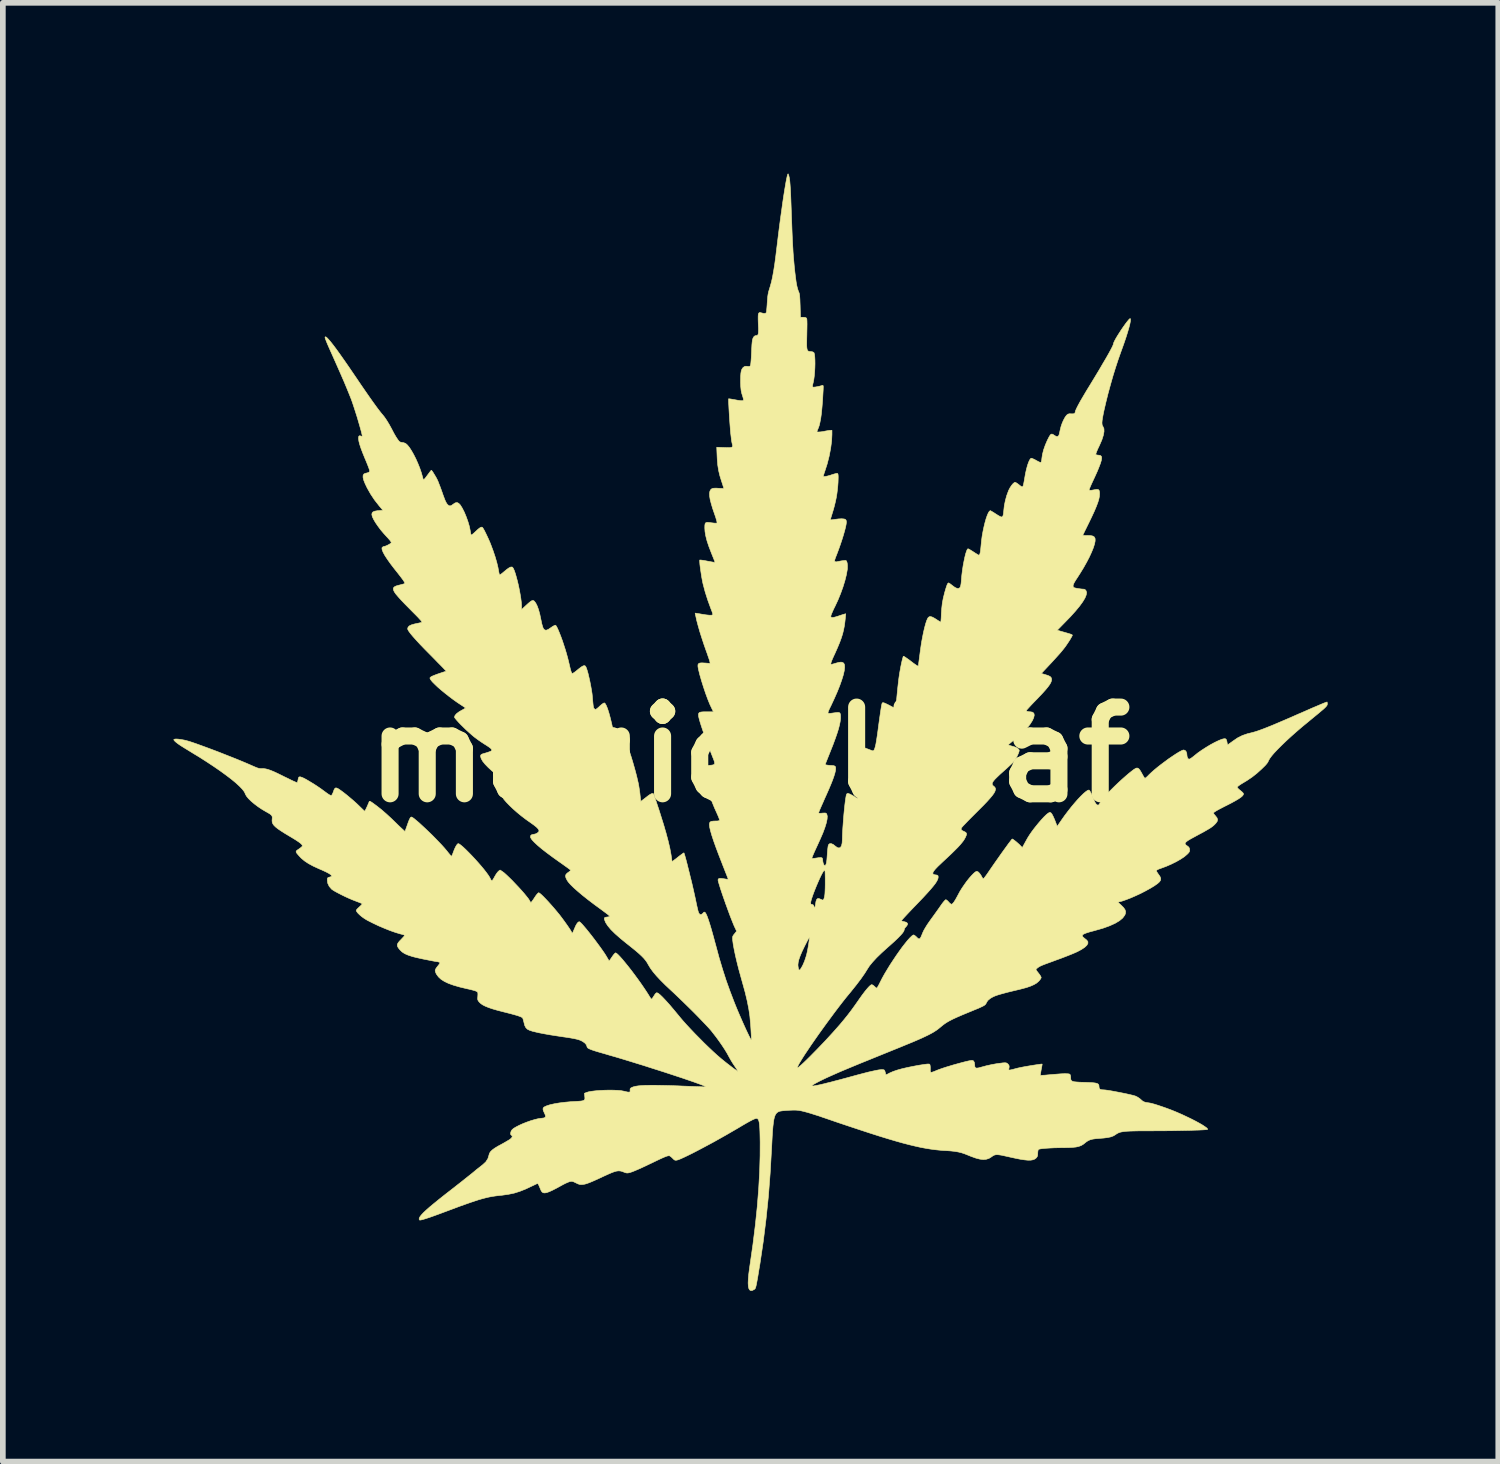
<source format=kicad_pcb>
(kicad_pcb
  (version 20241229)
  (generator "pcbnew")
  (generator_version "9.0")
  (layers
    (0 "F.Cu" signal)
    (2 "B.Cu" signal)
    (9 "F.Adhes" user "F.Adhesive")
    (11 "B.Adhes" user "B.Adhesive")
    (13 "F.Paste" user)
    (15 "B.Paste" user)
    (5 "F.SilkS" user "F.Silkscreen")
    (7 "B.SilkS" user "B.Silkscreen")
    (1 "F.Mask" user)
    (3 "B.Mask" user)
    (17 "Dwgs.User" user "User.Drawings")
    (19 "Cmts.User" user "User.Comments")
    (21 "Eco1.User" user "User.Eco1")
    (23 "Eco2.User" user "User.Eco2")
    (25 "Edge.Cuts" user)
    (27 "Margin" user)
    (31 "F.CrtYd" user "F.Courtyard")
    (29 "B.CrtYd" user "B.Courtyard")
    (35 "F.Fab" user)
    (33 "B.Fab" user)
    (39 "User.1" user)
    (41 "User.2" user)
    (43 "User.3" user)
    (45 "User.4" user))
  (footprint "magicalleaf"
    (layer "F.Cu")
    (at 10.12 10.213)
    (property "Reference" "magicalleaf" (at 0 0 0) (layer "F.SilkS") (effects (font (size 1.524 1.524) (thickness 0.3))))
    (attr through_hole)
    (fp_poly (pts (xy 0.683 -10.206) (xy 0.694 -10.18) (xy 0.703 -10.141) (xy 0.711 -10.088) (xy 0.717 -10.02) (xy 0.723 -9.934) (xy 0.728 -9.831) (xy 0.731 -9.754) (xy 0.737 -9.591) (xy 0.742 -9.448) (xy 0.747 -9.321) (xy 0.751 -9.21) (xy 0.755 -9.113) (xy 0.759 -9.028) (xy 0.763 -8.953) (xy 0.767 -8.887) (xy 0.77 -8.829) (xy 0.774 -8.776) (xy 0.777 -8.738) (xy 0.789 -8.602) (xy 0.801 -8.485) (xy 0.813 -8.387) (xy 0.824 -8.305) (xy 0.836 -8.239) (xy 0.849 -8.187) (xy 0.862 -8.148) (xy 0.866 -8.138) (xy 0.874 -8.12) (xy 0.88 -8.1) (xy 0.884 -8.076) (xy 0.887 -8.042) (xy 0.89 -7.997) (xy 0.892 -7.938) (xy 0.894 -7.889) (xy 0.899 -7.686) (xy 0.948 -7.686) (xy 0.981 -7.684) (xy 1 -7.676) (xy 1.008 -7.667) (xy 1.012 -7.65) (xy 1.014 -7.617) (xy 1.015 -7.565) (xy 1.014 -7.495) (xy 1.012 -7.405) (xy 1.012 -7.392) (xy 1.01 -7.306) (xy 1.009 -7.238) (xy 1.009 -7.185) (xy 1.012 -7.147) (xy 1.017 -7.12) (xy 1.025 -7.102) (xy 1.036 -7.092) (xy 1.052 -7.086) (xy 1.072 -7.084) (xy 1.08 -7.084) (xy 1.115 -7.078) (xy 1.135 -7.066) (xy 1.138 -7.062) (xy 1.146 -7.034) (xy 1.151 -6.991) (xy 1.154 -6.934) (xy 1.155 -6.869) (xy 1.153 -6.799) (xy 1.149 -6.728) (xy 1.143 -6.659) (xy 1.135 -6.597) (xy 1.125 -6.545) (xy 1.121 -6.53) (xy 1.112 -6.488) (xy 1.112 -6.465) (xy 1.115 -6.461) (xy 1.129 -6.458) (xy 1.158 -6.46) (xy 1.198 -6.467) (xy 1.243 -6.477) (xy 1.284 -6.489) (xy 1.292 -6.49) (xy 1.297 -6.486) (xy 1.3 -6.475) (xy 1.3 -6.452) (xy 1.299 -6.415) (xy 1.296 -6.364) (xy 1.288 -6.223) (xy 1.278 -6.101) (xy 1.268 -5.997) (xy 1.256 -5.91) (xy 1.242 -5.837) (xy 1.228 -5.779) (xy 1.213 -5.738) (xy 1.2 -5.707) (xy 1.191 -5.684) (xy 1.189 -5.675) (xy 1.198 -5.67) (xy 1.222 -5.67) (xy 1.257 -5.672) (xy 1.298 -5.678) (xy 1.331 -5.685) (xy 1.37 -5.692) (xy 1.405 -5.698) (xy 1.425 -5.699) (xy 1.453 -5.7) (xy 1.453 -5.626) (xy 1.447 -5.509) (xy 1.43 -5.381) (xy 1.404 -5.245) (xy 1.369 -5.108) (xy 1.34 -5.018) (xy 1.325 -4.972) (xy 1.312 -4.933) (xy 1.304 -4.906) (xy 1.3 -4.894) (xy 1.3 -4.893) (xy 1.309 -4.887) (xy 1.335 -4.888) (xy 1.375 -4.896) (xy 1.426 -4.91) (xy 1.451 -4.919) (xy 1.497 -4.933) (xy 1.526 -4.941) (xy 1.544 -4.943) (xy 1.554 -4.939) (xy 1.556 -4.936) (xy 1.561 -4.918) (xy 1.563 -4.883) (xy 1.562 -4.835) (xy 1.56 -4.778) (xy 1.555 -4.714) (xy 1.548 -4.648) (xy 1.54 -4.583) (xy 1.53 -4.523) (xy 1.529 -4.516) (xy 1.515 -4.45) (xy 1.498 -4.378) (xy 1.479 -4.308) (xy 1.462 -4.253) (xy 1.448 -4.207) (xy 1.436 -4.168) (xy 1.429 -4.14) (xy 1.427 -4.127) (xy 1.427 -4.127) (xy 1.439 -4.126) (xy 1.465 -4.128) (xy 1.5 -4.133) (xy 1.503 -4.134) (xy 1.569 -4.142) (xy 1.625 -4.145) (xy 1.667 -4.141) (xy 1.687 -4.135) (xy 1.702 -4.119) (xy 1.707 -4.089) (xy 1.707 -4.087) (xy 1.703 -4.051) (xy 1.693 -4) (xy 1.677 -3.937) (xy 1.656 -3.863) (xy 1.631 -3.782) (xy 1.603 -3.698) (xy 1.573 -3.613) (xy 1.542 -3.53) (xy 1.537 -3.517) (xy 1.517 -3.467) (xy 1.505 -3.432) (xy 1.5 -3.41) (xy 1.501 -3.397) (xy 1.505 -3.393) (xy 1.526 -3.387) (xy 1.534 -3.388) (xy 1.573 -3.396) (xy 1.614 -3.404) (xy 1.653 -3.409) (xy 1.684 -3.412) (xy 1.7 -3.411) (xy 1.712 -3.396) (xy 1.721 -3.366) (xy 1.725 -3.325) (xy 1.725 -3.277) (xy 1.723 -3.254) (xy 1.707 -3.162) (xy 1.681 -3.058) (xy 1.647 -2.946) (xy 1.605 -2.83) (xy 1.558 -2.715) (xy 1.508 -2.608) (xy 1.482 -2.556) (xy 1.461 -2.508) (xy 1.444 -2.469) (xy 1.435 -2.442) (xy 1.433 -2.433) (xy 1.436 -2.418) (xy 1.448 -2.41) (xy 1.471 -2.409) (xy 1.507 -2.417) (xy 1.558 -2.432) (xy 1.59 -2.443) (xy 1.632 -2.457) (xy 1.666 -2.467) (xy 1.688 -2.474) (xy 1.694 -2.475) (xy 1.694 -2.465) (xy 1.692 -2.438) (xy 1.688 -2.399) (xy 1.683 -2.351) (xy 1.682 -2.341) (xy 1.672 -2.265) (xy 1.658 -2.194) (xy 1.641 -2.123) (xy 1.618 -2.05) (xy 1.589 -1.971) (xy 1.552 -1.882) (xy 1.507 -1.78) (xy 1.489 -1.742) (xy 1.462 -1.682) (xy 1.444 -1.638) (xy 1.435 -1.608) (xy 1.434 -1.591) (xy 1.44 -1.585) (xy 1.442 -1.585) (xy 1.456 -1.588) (xy 1.483 -1.595) (xy 1.515 -1.605) (xy 1.572 -1.62) (xy 1.614 -1.625) (xy 1.643 -1.618) (xy 1.661 -1.606) (xy 1.674 -1.577) (xy 1.676 -1.532) (xy 1.669 -1.472) (xy 1.652 -1.398) (xy 1.625 -1.311) (xy 1.59 -1.212) (xy 1.546 -1.102) (xy 1.493 -0.982) (xy 1.433 -0.853) (xy 1.428 -0.844) (xy 1.404 -0.794) (xy 1.389 -0.759) (xy 1.384 -0.737) (xy 1.387 -0.726) (xy 1.4 -0.723) (xy 1.422 -0.724) (xy 1.43 -0.725) (xy 1.488 -0.733) (xy 1.529 -0.738) (xy 1.556 -0.74) (xy 1.574 -0.739) (xy 1.584 -0.736) (xy 1.591 -0.731) (xy 1.594 -0.727) (xy 1.601 -0.712) (xy 1.604 -0.685) (xy 1.604 -0.644) (xy 1.603 -0.627) (xy 1.597 -0.576) (xy 1.585 -0.518) (xy 1.568 -0.451) (xy 1.543 -0.372) (xy 1.511 -0.28) (xy 1.472 -0.174) (xy 1.427 -0.061) (xy 1.332 0.178) (xy 1.37 0.185) (xy 1.404 0.189) (xy 1.444 0.192) (xy 1.455 0.192) (xy 1.489 0.196) (xy 1.51 0.207) (xy 1.518 0.23) (xy 1.517 0.267) (xy 1.513 0.291) (xy 1.503 0.333) (xy 1.487 0.384) (xy 1.465 0.446) (xy 1.436 0.519) (xy 1.399 0.607) (xy 1.354 0.709) (xy 1.324 0.775) (xy 1.296 0.84) (xy 1.27 0.898) (xy 1.248 0.948) (xy 1.232 0.987) (xy 1.222 1.013) (xy 1.219 1.021) (xy 1.223 1.029) (xy 1.238 1.032) (xy 1.268 1.031) (xy 1.284 1.029) (xy 1.32 1.027) (xy 1.341 1.028) (xy 1.353 1.034) (xy 1.361 1.046) (xy 1.362 1.047) (xy 1.371 1.083) (xy 1.368 1.134) (xy 1.354 1.201) (xy 1.329 1.282) (xy 1.294 1.377) (xy 1.247 1.485) (xy 1.234 1.514) (xy 1.194 1.602) (xy 1.161 1.673) (xy 1.136 1.729) (xy 1.118 1.771) (xy 1.107 1.8) (xy 1.101 1.817) (xy 1.1 1.825) (xy 1.101 1.825) (xy 1.112 1.826) (xy 1.139 1.824) (xy 1.175 1.819) (xy 1.181 1.818) (xy 1.229 1.811) (xy 1.261 1.81) (xy 1.28 1.817) (xy 1.288 1.832) (xy 1.29 1.852) (xy 1.294 1.888) (xy 1.303 1.921) (xy 1.315 1.943) (xy 1.327 1.951) (xy 1.339 1.945) (xy 1.349 1.928) (xy 1.358 1.896) (xy 1.364 1.848) (xy 1.369 1.783) (xy 1.371 1.752) (xy 1.375 1.698) (xy 1.38 1.65) (xy 1.385 1.613) (xy 1.39 1.59) (xy 1.391 1.587) (xy 1.411 1.567) (xy 1.439 1.565) (xy 1.474 1.579) (xy 1.508 1.606) (xy 1.546 1.634) (xy 1.577 1.642) (xy 1.602 1.632) (xy 1.621 1.603) (xy 1.632 1.555) (xy 1.636 1.49) (xy 1.636 1.487) (xy 1.637 1.433) (xy 1.64 1.368) (xy 1.644 1.294) (xy 1.65 1.213) (xy 1.656 1.13) (xy 1.663 1.046) (xy 1.671 0.965) (xy 1.679 0.889) (xy 1.687 0.823) (xy 1.695 0.768) (xy 1.702 0.727) (xy 1.707 0.705) (xy 1.718 0.686) (xy 1.734 0.683) (xy 1.745 0.685) (xy 1.767 0.694) (xy 1.8 0.711) (xy 1.836 0.731) (xy 1.838 0.733) (xy 1.869 0.752) (xy 1.893 0.765) (xy 1.905 0.77) (xy 1.905 0.77) (xy 1.907 0.759) (xy 1.909 0.731) (xy 1.913 0.688) (xy 1.917 0.633) (xy 1.921 0.569) (xy 1.925 0.508) (xy 1.933 0.383) (xy 1.941 0.276) (xy 1.948 0.186) (xy 1.956 0.112) (xy 1.963 0.052) (xy 1.972 0.004) (xy 1.98 -0.033) (xy 1.99 -0.061) (xy 2.001 -0.081) (xy 2.007 -0.09) (xy 2.031 -0.117) (xy 2.09 -0.095) (xy 2.124 -0.082) (xy 2.153 -0.071) (xy 2.167 -0.066) (xy 2.179 -0.066) (xy 2.191 -0.076) (xy 2.202 -0.098) (xy 2.213 -0.133) (xy 2.225 -0.183) (xy 2.236 -0.248) (xy 2.249 -0.331) (xy 2.263 -0.432) (xy 2.27 -0.488) (xy 2.283 -0.582) (xy 2.295 -0.668) (xy 2.306 -0.745) (xy 2.316 -0.809) (xy 2.324 -0.858) (xy 2.331 -0.89) (xy 2.333 -0.897) (xy 2.338 -0.908) (xy 2.348 -0.912) (xy 2.366 -0.91) (xy 2.393 -0.899) (xy 2.433 -0.88) (xy 2.474 -0.859) (xy 2.519 -0.835) (xy 2.549 -0.821) (xy 2.568 -0.813) (xy 2.577 -0.813) (xy 2.58 -0.819) (xy 2.581 -0.828) (xy 2.582 -0.856) (xy 2.585 -0.901) (xy 2.589 -0.959) (xy 2.595 -1.025) (xy 2.602 -1.097) (xy 2.609 -1.169) (xy 2.617 -1.239) (xy 2.624 -1.302) (xy 2.631 -1.355) (xy 2.632 -1.361) (xy 2.64 -1.418) (xy 2.651 -1.479) (xy 2.662 -1.541) (xy 2.674 -1.6) (xy 2.686 -1.653) (xy 2.697 -1.694) (xy 2.705 -1.722) (xy 2.708 -1.729) (xy 2.718 -1.726) (xy 2.741 -1.712) (xy 2.773 -1.69) (xy 2.814 -1.661) (xy 2.841 -1.64) (xy 2.891 -1.602) (xy 2.93 -1.575) (xy 2.957 -1.559) (xy 2.97 -1.555) (xy 2.971 -1.556) (xy 2.973 -1.57) (xy 2.977 -1.601) (xy 2.983 -1.645) (xy 2.99 -1.699) (xy 2.997 -1.753) (xy 3.011 -1.858) (xy 3.026 -1.961) (xy 3.044 -2.059) (xy 3.062 -2.149) (xy 3.081 -2.23) (xy 3.1 -2.3) (xy 3.118 -2.355) (xy 3.135 -2.393) (xy 3.145 -2.409) (xy 3.164 -2.423) (xy 3.186 -2.426) (xy 3.214 -2.418) (xy 3.253 -2.398) (xy 3.286 -2.377) (xy 3.32 -2.355) (xy 3.348 -2.338) (xy 3.364 -2.328) (xy 3.367 -2.327) (xy 3.368 -2.336) (xy 3.37 -2.363) (xy 3.373 -2.402) (xy 3.375 -2.451) (xy 3.376 -2.477) (xy 3.383 -2.573) (xy 3.393 -2.662) (xy 3.41 -2.751) (xy 3.434 -2.847) (xy 3.449 -2.9) (xy 3.466 -2.954) (xy 3.479 -2.989) (xy 3.491 -3.01) (xy 3.503 -3.017) (xy 3.505 -3.018) (xy 3.516 -3.011) (xy 3.538 -2.996) (xy 3.567 -2.973) (xy 3.568 -2.972) (xy 3.615 -2.938) (xy 3.652 -2.921) (xy 3.682 -2.921) (xy 3.702 -2.934) (xy 3.71 -2.949) (xy 3.717 -2.973) (xy 3.723 -3.009) (xy 3.728 -3.062) (xy 3.729 -3.077) (xy 3.736 -3.156) (xy 3.746 -3.237) (xy 3.758 -3.316) (xy 3.772 -3.391) (xy 3.786 -3.459) (xy 3.8 -3.518) (xy 3.815 -3.566) (xy 3.828 -3.599) (xy 3.841 -3.616) (xy 3.845 -3.617) (xy 3.859 -3.612) (xy 3.885 -3.597) (xy 3.919 -3.576) (xy 3.942 -3.561) (xy 3.979 -3.537) (xy 4.009 -3.519) (xy 4.029 -3.507) (xy 4.035 -3.505) (xy 4.045 -3.511) (xy 4.054 -3.531) (xy 4.062 -3.565) (xy 4.068 -3.616) (xy 4.074 -3.677) (xy 4.082 -3.758) (xy 4.093 -3.842) (xy 4.108 -3.925) (xy 4.125 -4.005) (xy 4.143 -4.079) (xy 4.162 -4.146) (xy 4.182 -4.203) (xy 4.201 -4.247) (xy 4.219 -4.276) (xy 4.235 -4.287) (xy 4.237 -4.288) (xy 4.248 -4.282) (xy 4.272 -4.268) (xy 4.305 -4.248) (xy 4.329 -4.232) (xy 4.367 -4.208) (xy 4.4 -4.189) (xy 4.424 -4.178) (xy 4.432 -4.176) (xy 4.447 -4.18) (xy 4.458 -4.195) (xy 4.466 -4.223) (xy 4.471 -4.267) (xy 4.474 -4.298) (xy 4.483 -4.378) (xy 4.501 -4.465) (xy 4.524 -4.55) (xy 4.552 -4.626) (xy 4.559 -4.644) (xy 4.583 -4.69) (xy 4.61 -4.731) (xy 4.636 -4.762) (xy 4.66 -4.782) (xy 4.672 -4.785) (xy 4.689 -4.779) (xy 4.714 -4.763) (xy 4.738 -4.745) (xy 4.765 -4.723) (xy 4.787 -4.709) (xy 4.797 -4.704) (xy 4.805 -4.709) (xy 4.814 -4.726) (xy 4.822 -4.756) (xy 4.831 -4.803) (xy 4.841 -4.861) (xy 4.855 -4.942) (xy 4.872 -5.017) (xy 4.89 -5.083) (xy 4.909 -5.138) (xy 4.928 -5.179) (xy 4.946 -5.203) (xy 4.954 -5.209) (xy 4.969 -5.206) (xy 4.996 -5.195) (xy 5.03 -5.178) (xy 5.04 -5.172) (xy 5.075 -5.153) (xy 5.104 -5.139) (xy 5.122 -5.134) (xy 5.125 -5.134) (xy 5.133 -5.147) (xy 5.14 -5.178) (xy 5.143 -5.209) (xy 5.153 -5.276) (xy 5.173 -5.355) (xy 5.202 -5.438) (xy 5.237 -5.52) (xy 5.247 -5.54) (xy 5.271 -5.587) (xy 5.29 -5.617) (xy 5.307 -5.632) (xy 5.324 -5.633) (xy 5.344 -5.624) (xy 5.357 -5.614) (xy 5.393 -5.593) (xy 5.42 -5.59) (xy 5.439 -5.606) (xy 5.449 -5.634) (xy 5.465 -5.709) (xy 5.48 -5.769) (xy 5.498 -5.821) (xy 5.519 -5.87) (xy 5.523 -5.878) (xy 5.551 -5.93) (xy 5.576 -5.964) (xy 5.601 -5.984) (xy 5.63 -5.991) (xy 5.657 -5.989) (xy 5.697 -5.989) (xy 5.722 -6) (xy 5.73 -6.025) (xy 5.73 -6.026) (xy 5.736 -6.048) (xy 5.753 -6.086) (xy 5.781 -6.141) (xy 5.819 -6.211) (xy 5.869 -6.296) (xy 5.928 -6.396) (xy 5.981 -6.482) (xy 6.069 -6.627) (xy 6.147 -6.756) (xy 6.214 -6.871) (xy 6.272 -6.969) (xy 6.319 -7.052) (xy 6.356 -7.12) (xy 6.382 -7.17) (xy 6.397 -7.205) (xy 6.401 -7.221) (xy 6.406 -7.24) (xy 6.421 -7.272) (xy 6.443 -7.313) (xy 6.471 -7.36) (xy 6.504 -7.412) (xy 6.538 -7.465) (xy 6.573 -7.516) (xy 6.607 -7.564) (xy 6.638 -7.605) (xy 6.665 -7.638) (xy 6.684 -7.658) (xy 6.696 -7.664) (xy 6.697 -7.663) (xy 6.701 -7.646) (xy 6.698 -7.612) (xy 6.688 -7.561) (xy 6.671 -7.496) (xy 6.648 -7.418) (xy 6.62 -7.329) (xy 6.586 -7.229) (xy 6.547 -7.12) (xy 6.527 -7.065) (xy 6.483 -6.94) (xy 6.437 -6.8) (xy 6.391 -6.651) (xy 6.347 -6.496) (xy 6.305 -6.342) (xy 6.268 -6.193) (xy 6.236 -6.055) (xy 6.223 -5.993) (xy 6.21 -5.924) (xy 6.202 -5.871) (xy 6.199 -5.832) (xy 6.201 -5.803) (xy 6.207 -5.781) (xy 6.218 -5.763) (xy 6.234 -5.727) (xy 6.235 -5.677) (xy 6.223 -5.612) (xy 6.198 -5.533) (xy 6.158 -5.441) (xy 6.146 -5.415) (xy 6.124 -5.369) (xy 6.107 -5.328) (xy 6.095 -5.296) (xy 6.09 -5.278) (xy 6.09 -5.276) (xy 6.104 -5.267) (xy 6.131 -5.263) (xy 6.136 -5.263) (xy 6.169 -5.258) (xy 6.188 -5.243) (xy 6.194 -5.215) (xy 6.188 -5.172) (xy 6.187 -5.168) (xy 6.173 -5.121) (xy 6.149 -5.058) (xy 6.118 -4.981) (xy 6.078 -4.892) (xy 6.034 -4.798) (xy 6.012 -4.75) (xy 5.994 -4.709) (xy 5.981 -4.677) (xy 5.974 -4.659) (xy 5.974 -4.657) (xy 5.978 -4.648) (xy 5.99 -4.644) (xy 6.016 -4.646) (xy 6.057 -4.653) (xy 6.067 -4.655) (xy 6.109 -4.661) (xy 6.135 -4.658) (xy 6.15 -4.641) (xy 6.156 -4.609) (xy 6.157 -4.58) (xy 6.154 -4.538) (xy 6.144 -4.488) (xy 6.126 -4.43) (xy 6.1 -4.361) (xy 6.066 -4.28) (xy 6.022 -4.185) (xy 5.977 -4.091) (xy 5.946 -4.028) (xy 5.918 -3.971) (xy 5.894 -3.923) (xy 5.877 -3.886) (xy 5.865 -3.862) (xy 5.862 -3.855) (xy 5.872 -3.853) (xy 5.897 -3.851) (xy 5.932 -3.851) (xy 5.946 -3.851) (xy 6.001 -3.849) (xy 6.038 -3.841) (xy 6.062 -3.827) (xy 6.075 -3.805) (xy 6.079 -3.792) (xy 6.079 -3.753) (xy 6.068 -3.699) (xy 6.047 -3.633) (xy 6.016 -3.557) (xy 5.977 -3.472) (xy 5.929 -3.38) (xy 5.875 -3.284) (xy 5.815 -3.186) (xy 5.771 -3.117) (xy 5.734 -3.061) (xy 5.709 -3.018) (xy 5.695 -2.986) (xy 5.691 -2.963) (xy 5.696 -2.946) (xy 5.705 -2.936) (xy 5.721 -2.93) (xy 5.753 -2.923) (xy 5.794 -2.916) (xy 5.839 -2.91) (xy 5.883 -2.907) (xy 5.89 -2.906) (xy 5.904 -2.898) (xy 5.919 -2.881) (xy 5.929 -2.848) (xy 5.922 -2.805) (xy 5.9 -2.751) (xy 5.861 -2.686) (xy 5.806 -2.61) (xy 5.734 -2.523) (xy 5.646 -2.425) (xy 5.549 -2.325) (xy 5.413 -2.186) (xy 5.483 -2.165) (xy 5.53 -2.152) (xy 5.582 -2.137) (xy 5.616 -2.127) (xy 5.648 -2.117) (xy 5.671 -2.107) (xy 5.679 -2.1) (xy 5.674 -2.085) (xy 5.658 -2.056) (xy 5.636 -2.018) (xy 5.608 -1.975) (xy 5.577 -1.929) (xy 5.546 -1.885) (xy 5.52 -1.852) (xy 5.493 -1.819) (xy 5.456 -1.775) (xy 5.41 -1.724) (xy 5.36 -1.669) (xy 5.309 -1.613) (xy 5.294 -1.597) (xy 5.133 -1.426) (xy 5.207 -1.404) (xy 5.256 -1.388) (xy 5.288 -1.372) (xy 5.306 -1.353) (xy 5.313 -1.33) (xy 5.314 -1.318) (xy 5.31 -1.293) (xy 5.299 -1.264) (xy 5.28 -1.231) (xy 5.251 -1.191) (xy 5.211 -1.142) (xy 5.159 -1.084) (xy 5.093 -1.014) (xy 5.06 -0.979) (xy 5.009 -0.927) (xy 4.963 -0.879) (xy 4.924 -0.837) (xy 4.894 -0.804) (xy 4.874 -0.782) (xy 4.867 -0.772) (xy 4.867 -0.772) (xy 4.876 -0.763) (xy 4.899 -0.756) (xy 4.93 -0.752) (xy 4.941 -0.752) (xy 4.979 -0.745) (xy 5.002 -0.726) (xy 5.009 -0.694) (xy 5 -0.651) (xy 4.976 -0.597) (xy 4.93 -0.525) (xy 4.866 -0.448) (xy 4.786 -0.368) (xy 4.69 -0.286) (xy 4.682 -0.28) (xy 4.638 -0.245) (xy 4.601 -0.214) (xy 4.573 -0.19) (xy 4.556 -0.175) (xy 4.553 -0.171) (xy 4.561 -0.166) (xy 4.585 -0.158) (xy 4.618 -0.148) (xy 4.623 -0.147) (xy 4.681 -0.129) (xy 4.721 -0.108) (xy 4.742 -0.083) (xy 4.745 -0.069) (xy 4.739 -0.045) (xy 4.725 -0.009) (xy 4.706 0.032) (xy 4.683 0.074) (xy 4.66 0.11) (xy 4.641 0.134) (xy 4.622 0.152) (xy 4.592 0.18) (xy 4.553 0.216) (xy 4.508 0.257) (xy 4.472 0.289) (xy 4.405 0.349) (xy 4.353 0.399) (xy 4.314 0.438) (xy 4.288 0.47) (xy 4.273 0.495) (xy 4.269 0.516) (xy 4.274 0.533) (xy 4.287 0.549) (xy 4.298 0.557) (xy 4.316 0.574) (xy 4.326 0.593) (xy 4.327 0.616) (xy 4.319 0.644) (xy 4.302 0.677) (xy 4.273 0.718) (xy 4.232 0.767) (xy 4.179 0.826) (xy 4.113 0.895) (xy 4.032 0.976) (xy 3.997 1.011) (xy 3.938 1.07) (xy 3.883 1.125) (xy 3.834 1.175) (xy 3.793 1.218) (xy 3.761 1.251) (xy 3.741 1.274) (xy 3.734 1.282) (xy 3.723 1.305) (xy 3.726 1.322) (xy 3.744 1.337) (xy 3.776 1.352) (xy 3.805 1.367) (xy 3.818 1.386) (xy 3.817 1.411) (xy 3.803 1.446) (xy 3.798 1.456) (xy 3.782 1.486) (xy 3.762 1.517) (xy 3.736 1.55) (xy 3.704 1.588) (xy 3.665 1.631) (xy 3.616 1.68) (xy 3.556 1.739) (xy 3.484 1.807) (xy 3.398 1.887) (xy 3.375 1.909) (xy 3.315 1.966) (xy 3.271 2.012) (xy 3.242 2.048) (xy 3.227 2.075) (xy 3.227 2.094) (xy 3.24 2.107) (xy 3.266 2.114) (xy 3.28 2.115) (xy 3.305 2.12) (xy 3.317 2.13) (xy 3.32 2.146) (xy 3.319 2.168) (xy 3.311 2.195) (xy 3.295 2.227) (xy 3.27 2.266) (xy 3.234 2.312) (xy 3.188 2.367) (xy 3.13 2.432) (xy 3.06 2.508) (xy 2.976 2.596) (xy 2.927 2.647) (xy 2.869 2.707) (xy 2.815 2.764) (xy 2.768 2.814) (xy 2.729 2.856) (xy 2.699 2.889) (xy 2.681 2.911) (xy 2.675 2.92) (xy 2.687 2.928) (xy 2.711 2.935) (xy 2.722 2.937) (xy 2.76 2.948) (xy 2.78 2.965) (xy 2.781 2.989) (xy 2.763 3.017) (xy 2.753 3.026) (xy 2.729 3.057) (xy 2.723 3.082) (xy 2.716 3.103) (xy 2.696 3.134) (xy 2.662 3.173) (xy 2.614 3.223) (xy 2.55 3.284) (xy 2.471 3.355) (xy 2.433 3.388) (xy 2.328 3.483) (xy 2.239 3.569) (xy 2.168 3.646) (xy 2.113 3.713) (xy 2.081 3.762) (xy 2.028 3.847) (xy 1.961 3.943) (xy 1.879 4.051) (xy 1.782 4.172) (xy 1.758 4.201) (xy 1.698 4.274) (xy 1.634 4.355) (xy 1.567 4.442) (xy 1.498 4.533) (xy 1.428 4.628) (xy 1.357 4.724) (xy 1.287 4.821) (xy 1.218 4.917) (xy 1.153 5.01) (xy 1.091 5.099) (xy 1.034 5.184) (xy 0.982 5.261) (xy 0.938 5.33) (xy 0.901 5.39) (xy 0.872 5.439) (xy 0.854 5.475) (xy 0.846 5.497) (xy 0.847 5.503) (xy 0.858 5.5) (xy 0.88 5.484) (xy 0.914 5.455) (xy 0.957 5.415) (xy 1.008 5.366) (xy 1.066 5.309) (xy 1.128 5.246) (xy 1.195 5.178) (xy 1.263 5.107) (xy 1.333 5.034) (xy 1.401 4.96) (xy 1.468 4.887) (xy 1.531 4.816) (xy 1.59 4.749) (xy 1.607 4.729) (xy 1.671 4.652) (xy 1.732 4.576) (xy 1.793 4.496) (xy 1.856 4.409) (xy 1.927 4.308) (xy 1.928 4.306) (xy 1.984 4.227) (xy 2.034 4.161) (xy 2.077 4.109) (xy 2.112 4.071) (xy 2.139 4.049) (xy 2.153 4.044) (xy 2.171 4.051) (xy 2.193 4.068) (xy 2.2 4.074) (xy 2.22 4.093) (xy 2.237 4.104) (xy 2.24 4.105) (xy 2.248 4.096) (xy 2.263 4.073) (xy 2.282 4.038) (xy 2.298 4.006) (xy 2.334 3.935) (xy 2.376 3.859) (xy 2.424 3.779) (xy 2.474 3.697) (xy 2.528 3.615) (xy 2.582 3.534) (xy 2.636 3.457) (xy 2.688 3.385) (xy 2.738 3.321) (xy 2.783 3.265) (xy 2.823 3.221) (xy 2.856 3.189) (xy 2.88 3.172) (xy 2.89 3.17) (xy 2.905 3.177) (xy 2.927 3.195) (xy 2.938 3.205) (xy 2.964 3.231) (xy 2.984 3.24) (xy 3.002 3.232) (xy 3.018 3.205) (xy 3.032 3.172) (xy 3.05 3.128) (xy 3.07 3.086) (xy 3.095 3.043) (xy 3.125 2.994) (xy 3.164 2.937) (xy 3.205 2.88) (xy 3.245 2.825) (xy 3.288 2.765) (xy 3.33 2.706) (xy 3.365 2.656) (xy 3.366 2.654) (xy 3.396 2.612) (xy 3.423 2.579) (xy 3.443 2.558) (xy 3.455 2.55) (xy 3.47 2.558) (xy 3.492 2.577) (xy 3.504 2.591) (xy 3.526 2.614) (xy 3.547 2.629) (xy 3.556 2.631) (xy 3.572 2.622) (xy 3.595 2.595) (xy 3.623 2.552) (xy 3.655 2.494) (xy 3.671 2.464) (xy 3.701 2.408) (xy 3.738 2.348) (xy 3.779 2.288) (xy 3.821 2.229) (xy 3.864 2.175) (xy 3.905 2.128) (xy 3.942 2.09) (xy 3.972 2.064) (xy 3.995 2.053) (xy 3.999 2.052) (xy 4.023 2.062) (xy 4.05 2.089) (xy 4.078 2.131) (xy 4.088 2.151) (xy 4.102 2.173) (xy 4.113 2.184) (xy 4.114 2.184) (xy 4.123 2.176) (xy 4.14 2.154) (xy 4.166 2.12) (xy 4.196 2.077) (xy 4.23 2.027) (xy 4.232 2.024) (xy 4.281 1.953) (xy 4.331 1.881) (xy 4.382 1.809) (xy 4.431 1.739) (xy 4.477 1.675) (xy 4.52 1.616) (xy 4.556 1.566) (xy 4.587 1.526) (xy 4.608 1.498) (xy 4.621 1.484) (xy 4.622 1.483) (xy 4.636 1.49) (xy 4.659 1.507) (xy 4.689 1.53) (xy 4.721 1.558) (xy 4.751 1.585) (xy 4.764 1.599) (xy 4.799 1.635) (xy 4.856 1.531) (xy 4.891 1.468) (xy 4.926 1.412) (xy 4.964 1.357) (xy 5.008 1.298) (xy 5.061 1.232) (xy 5.082 1.206) (xy 5.134 1.146) (xy 5.181 1.095) (xy 5.222 1.055) (xy 5.255 1.029) (xy 5.279 1.017) (xy 5.283 1.016) (xy 5.301 1.023) (xy 5.32 1.046) (xy 5.341 1.086) (xy 5.367 1.144) (xy 5.378 1.173) (xy 5.412 1.262) (xy 5.491 1.147) (xy 5.546 1.069) (xy 5.603 0.994) (xy 5.661 0.92) (xy 5.718 0.852) (xy 5.773 0.789) (xy 5.825 0.734) (xy 5.872 0.688) (xy 5.912 0.654) (xy 5.944 0.631) (xy 5.967 0.623) (xy 5.974 0.625) (xy 5.986 0.639) (xy 6.003 0.669) (xy 6.022 0.709) (xy 6.042 0.757) (xy 6.055 0.789) (xy 6.075 0.836) (xy 6.097 0.87) (xy 6.119 0.887) (xy 6.138 0.887) (xy 6.142 0.884) (xy 6.155 0.867) (xy 6.171 0.84) (xy 6.176 0.829) (xy 6.192 0.802) (xy 6.222 0.765) (xy 6.262 0.719) (xy 6.311 0.667) (xy 6.367 0.611) (xy 6.427 0.552) (xy 6.49 0.492) (xy 6.552 0.435) (xy 6.613 0.381) (xy 6.669 0.333) (xy 6.72 0.292) (xy 6.761 0.261) (xy 6.793 0.242) (xy 6.805 0.237) (xy 6.825 0.237) (xy 6.845 0.248) (xy 6.866 0.273) (xy 6.891 0.314) (xy 6.906 0.342) (xy 6.925 0.376) (xy 6.941 0.402) (xy 6.953 0.416) (xy 6.955 0.417) (xy 6.966 0.41) (xy 6.988 0.392) (xy 7.015 0.366) (xy 7.021 0.359) (xy 7.064 0.318) (xy 7.116 0.272) (xy 7.175 0.223) (xy 7.239 0.173) (xy 7.306 0.123) (xy 7.372 0.074) (xy 7.437 0.03) (xy 7.497 -0.01) (xy 7.549 -0.042) (xy 7.593 -0.066) (xy 7.624 -0.079) (xy 7.636 -0.081) (xy 7.662 -0.072) (xy 7.681 -0.048) (xy 7.691 -0.014) (xy 7.691 -0.003) (xy 7.696 0.037) (xy 7.708 0.067) (xy 7.726 0.081) (xy 7.731 0.081) (xy 7.748 0.075) (xy 7.774 0.058) (xy 7.807 0.033) (xy 7.822 0.021) (xy 7.881 -0.027) (xy 7.952 -0.077) (xy 8.028 -0.126) (xy 8.106 -0.173) (xy 8.182 -0.214) (xy 8.251 -0.247) (xy 8.308 -0.27) (xy 8.347 -0.279) (xy 8.372 -0.277) (xy 8.387 -0.26) (xy 8.396 -0.226) (xy 8.397 -0.218) (xy 8.402 -0.191) (xy 8.407 -0.175) (xy 8.409 -0.173) (xy 8.419 -0.178) (xy 8.441 -0.194) (xy 8.472 -0.216) (xy 8.495 -0.233) (xy 8.581 -0.292) (xy 8.666 -0.335) (xy 8.756 -0.366) (xy 8.797 -0.376) (xy 8.837 -0.386) (xy 8.881 -0.398) (xy 8.929 -0.413) (xy 8.983 -0.432) (xy 9.045 -0.455) (xy 9.116 -0.483) (xy 9.198 -0.516) (xy 9.292 -0.556) (xy 9.4 -0.602) (xy 9.523 -0.655) (xy 9.663 -0.717) (xy 9.667 -0.718) (xy 9.788 -0.771) (xy 9.892 -0.817) (xy 9.98 -0.854) (xy 10.05 -0.884) (xy 10.103 -0.906) (xy 10.138 -0.919) (xy 10.154 -0.924) (xy 10.155 -0.925) (xy 10.158 -0.916) (xy 10.16 -0.894) (xy 10.16 -0.89) (xy 10.159 -0.88) (xy 10.156 -0.869) (xy 10.149 -0.857) (xy 10.136 -0.842) (xy 10.117 -0.822) (xy 10.09 -0.797) (xy 10.053 -0.766) (xy 10.006 -0.726) (xy 9.946 -0.677) (xy 9.873 -0.617) (xy 9.825 -0.577) (xy 9.72 -0.491) (xy 9.62 -0.405) (xy 9.526 -0.322) (xy 9.438 -0.241) (xy 9.359 -0.165) (xy 9.289 -0.095) (xy 9.229 -0.032) (xy 9.182 0.023) (xy 9.148 0.069) (xy 9.128 0.104) (xy 9.125 0.111) (xy 9.115 0.133) (xy 9.096 0.16) (xy 9.066 0.194) (xy 9.022 0.237) (xy 9.008 0.251) (xy 8.923 0.328) (xy 8.838 0.395) (xy 8.745 0.458) (xy 8.665 0.506) (xy 8.628 0.529) (xy 8.599 0.55) (xy 8.581 0.566) (xy 8.577 0.571) (xy 8.583 0.587) (xy 8.605 0.61) (xy 8.63 0.63) (xy 8.659 0.654) (xy 8.679 0.675) (xy 8.687 0.69) (xy 8.687 0.69) (xy 8.682 0.708) (xy 8.666 0.729) (xy 8.638 0.753) (xy 8.596 0.781) (xy 8.54 0.814) (xy 8.467 0.854) (xy 8.377 0.9) (xy 8.368 0.904) (xy 8.31 0.934) (xy 8.258 0.961) (xy 8.215 0.985) (xy 8.184 1.004) (xy 8.167 1.016) (xy 8.165 1.018) (xy 8.161 1.032) (xy 8.168 1.047) (xy 8.188 1.07) (xy 8.192 1.075) (xy 8.22 1.11) (xy 8.231 1.141) (xy 8.225 1.173) (xy 8.2 1.208) (xy 8.175 1.234) (xy 8.155 1.252) (xy 8.133 1.269) (xy 8.107 1.288) (xy 8.074 1.308) (xy 8.033 1.332) (xy 7.981 1.362) (xy 7.915 1.397) (xy 7.834 1.441) (xy 7.829 1.444) (xy 7.764 1.479) (xy 7.715 1.508) (xy 7.683 1.531) (xy 7.665 1.55) (xy 7.66 1.566) (xy 7.668 1.582) (xy 7.686 1.598) (xy 7.699 1.606) (xy 7.724 1.626) (xy 7.736 1.647) (xy 7.74 1.669) (xy 7.74 1.691) (xy 7.734 1.71) (xy 7.718 1.731) (xy 7.694 1.755) (xy 7.646 1.796) (xy 7.581 1.839) (xy 7.504 1.883) (xy 7.417 1.926) (xy 7.325 1.966) (xy 7.23 2.001) (xy 7.215 2.006) (xy 7.185 2.018) (xy 7.163 2.031) (xy 7.156 2.038) (xy 7.159 2.053) (xy 7.173 2.077) (xy 7.192 2.104) (xy 7.219 2.143) (xy 7.232 2.176) (xy 7.23 2.206) (xy 7.212 2.235) (xy 7.177 2.267) (xy 7.124 2.304) (xy 7.119 2.308) (xy 7.046 2.352) (xy 6.964 2.397) (xy 6.877 2.442) (xy 6.788 2.483) (xy 6.703 2.52) (xy 6.623 2.551) (xy 6.554 2.575) (xy 6.507 2.587) (xy 6.477 2.593) (xy 6.534 2.645) (xy 6.578 2.689) (xy 6.604 2.726) (xy 6.615 2.761) (xy 6.611 2.796) (xy 6.6 2.823) (xy 6.563 2.873) (xy 6.507 2.92) (xy 6.43 2.966) (xy 6.333 3.01) (xy 6.217 3.052) (xy 6.08 3.091) (xy 6.067 3.095) (xy 5.99 3.115) (xy 5.932 3.133) (xy 5.89 3.149) (xy 5.865 3.163) (xy 5.853 3.177) (xy 5.855 3.192) (xy 5.868 3.209) (xy 5.878 3.218) (xy 5.905 3.24) (xy 5.93 3.26) (xy 5.931 3.261) (xy 5.951 3.288) (xy 5.952 3.318) (xy 5.933 3.352) (xy 5.895 3.388) (xy 5.838 3.426) (xy 5.767 3.464) (xy 5.727 3.482) (xy 5.673 3.505) (xy 5.608 3.531) (xy 5.536 3.559) (xy 5.463 3.587) (xy 5.423 3.601) (xy 5.353 3.627) (xy 5.288 3.651) (xy 5.23 3.672) (xy 5.182 3.69) (xy 5.147 3.704) (xy 5.133 3.71) (xy 5.098 3.727) (xy 5.068 3.748) (xy 5.046 3.767) (xy 5.039 3.78) (xy 5.045 3.791) (xy 5.061 3.813) (xy 5.083 3.841) (xy 5.085 3.843) (xy 5.108 3.874) (xy 5.124 3.901) (xy 5.131 3.919) (xy 5.131 3.919) (xy 5.124 3.937) (xy 5.106 3.963) (xy 5.085 3.986) (xy 5.049 4.017) (xy 5.003 4.044) (xy 4.944 4.07) (xy 4.872 4.095) (xy 4.782 4.119) (xy 4.738 4.13) (xy 4.633 4.155) (xy 4.547 4.176) (xy 4.475 4.195) (xy 4.417 4.211) (xy 4.37 4.225) (xy 4.332 4.238) (xy 4.3 4.251) (xy 4.272 4.265) (xy 4.246 4.28) (xy 4.235 4.287) (xy 4.192 4.323) (xy 4.169 4.359) (xy 4.163 4.373) (xy 4.155 4.386) (xy 4.144 4.398) (xy 4.128 4.41) (xy 4.105 4.423) (xy 4.073 4.438) (xy 4.03 4.458) (xy 3.973 4.481) (xy 3.901 4.511) (xy 3.847 4.533) (xy 3.741 4.577) (xy 3.651 4.616) (xy 3.577 4.65) (xy 3.515 4.682) (xy 3.463 4.712) (xy 3.42 4.742) (xy 3.382 4.772) (xy 3.38 4.774) (xy 3.352 4.797) (xy 3.324 4.82) (xy 3.296 4.841) (xy 3.264 4.862) (xy 3.229 4.884) (xy 3.189 4.906) (xy 3.143 4.93) (xy 3.089 4.956) (xy 3.027 4.985) (xy 2.954 5.017) (xy 2.87 5.053) (xy 2.772 5.093) (xy 2.661 5.139) (xy 2.535 5.19) (xy 2.392 5.248) (xy 2.276 5.295) (xy 2.109 5.363) (xy 1.96 5.423) (xy 1.827 5.478) (xy 1.709 5.527) (xy 1.604 5.571) (xy 1.513 5.611) (xy 1.432 5.647) (xy 1.361 5.679) (xy 1.298 5.709) (xy 1.245 5.735) (xy 1.183 5.767) (xy 1.138 5.792) (xy 1.11 5.81) (xy 1.1 5.821) (xy 1.108 5.826) (xy 1.134 5.824) (xy 1.179 5.816) (xy 1.243 5.803) (xy 1.316 5.786) (xy 1.362 5.774) (xy 1.425 5.759) (xy 1.499 5.739) (xy 1.581 5.718) (xy 1.666 5.695) (xy 1.752 5.672) (xy 1.773 5.666) (xy 1.897 5.632) (xy 2.004 5.604) (xy 2.093 5.581) (xy 2.168 5.564) (xy 2.229 5.551) (xy 2.277 5.542) (xy 2.314 5.538) (xy 2.342 5.537) (xy 2.362 5.54) (xy 2.373 5.545) (xy 2.382 5.559) (xy 2.39 5.585) (xy 2.392 5.591) (xy 2.397 5.615) (xy 2.402 5.628) (xy 2.403 5.629) (xy 2.413 5.624) (xy 2.437 5.613) (xy 2.469 5.596) (xy 2.476 5.593) (xy 2.529 5.57) (xy 2.599 5.546) (xy 2.685 5.522) (xy 2.784 5.499) (xy 2.893 5.477) (xy 2.992 5.459) (xy 3.058 5.449) (xy 3.106 5.442) (xy 3.14 5.439) (xy 3.161 5.44) (xy 3.171 5.443) (xy 3.172 5.444) (xy 3.178 5.461) (xy 3.182 5.493) (xy 3.182 5.523) (xy 3.181 5.555) (xy 3.183 5.575) (xy 3.191 5.584) (xy 3.208 5.584) (xy 3.237 5.575) (xy 3.281 5.557) (xy 3.297 5.55) (xy 3.339 5.534) (xy 3.393 5.515) (xy 3.457 5.494) (xy 3.527 5.473) (xy 3.6 5.451) (xy 3.673 5.431) (xy 3.743 5.412) (xy 3.805 5.396) (xy 3.858 5.384) (xy 3.897 5.377) (xy 3.916 5.375) (xy 3.941 5.384) (xy 3.956 5.41) (xy 3.962 5.454) (xy 3.962 5.46) (xy 3.965 5.488) (xy 3.975 5.505) (xy 3.994 5.511) (xy 4.026 5.508) (xy 4.074 5.495) (xy 4.082 5.493) (xy 4.166 5.47) (xy 4.261 5.449) (xy 4.356 5.432) (xy 4.443 5.421) (xy 4.447 5.42) (xy 4.486 5.417) (xy 4.51 5.418) (xy 4.526 5.423) (xy 4.54 5.433) (xy 4.546 5.439) (xy 4.563 5.459) (xy 4.568 5.48) (xy 4.566 5.508) (xy 4.562 5.525) (xy 4.561 5.537) (xy 4.564 5.543) (xy 4.575 5.545) (xy 4.596 5.542) (xy 4.63 5.534) (xy 4.679 5.521) (xy 4.709 5.513) (xy 4.74 5.506) (xy 4.783 5.497) (xy 4.835 5.487) (xy 4.892 5.477) (xy 4.951 5.467) (xy 5.008 5.458) (xy 5.06 5.45) (xy 5.103 5.444) (xy 5.133 5.44) (xy 5.147 5.44) (xy 5.148 5.44) (xy 5.147 5.45) (xy 5.143 5.475) (xy 5.136 5.512) (xy 5.131 5.537) (xy 5.124 5.579) (xy 5.118 5.613) (xy 5.116 5.634) (xy 5.117 5.638) (xy 5.128 5.639) (xy 5.156 5.637) (xy 5.197 5.635) (xy 5.249 5.63) (xy 5.306 5.625) (xy 5.404 5.617) (xy 5.484 5.611) (xy 5.545 5.609) (xy 5.59 5.61) (xy 5.62 5.613) (xy 5.636 5.62) (xy 5.637 5.621) (xy 5.644 5.638) (xy 5.649 5.666) (xy 5.649 5.675) (xy 5.65 5.7) (xy 5.654 5.719) (xy 5.665 5.733) (xy 5.683 5.744) (xy 5.712 5.751) (xy 5.754 5.755) (xy 5.812 5.759) (xy 5.887 5.761) (xy 5.893 5.761) (xy 5.971 5.764) (xy 6.032 5.767) (xy 6.077 5.772) (xy 6.109 5.779) (xy 6.129 5.789) (xy 6.141 5.802) (xy 6.146 5.819) (xy 6.147 5.835) (xy 6.151 5.865) (xy 6.165 5.883) (xy 6.192 5.891) (xy 6.226 5.893) (xy 6.255 5.895) (xy 6.299 5.901) (xy 6.356 5.91) (xy 6.421 5.922) (xy 6.49 5.935) (xy 6.561 5.949) (xy 6.629 5.963) (xy 6.691 5.977) (xy 6.742 5.989) (xy 6.78 6) (xy 6.796 6.006) (xy 6.83 6.024) (xy 6.867 6.05) (xy 6.884 6.065) (xy 6.909 6.087) (xy 6.931 6.101) (xy 6.956 6.11) (xy 6.99 6.117) (xy 7.026 6.122) (xy 7.063 6.129) (xy 7.115 6.143) (xy 7.179 6.163) (xy 7.251 6.187) (xy 7.328 6.214) (xy 7.406 6.243) (xy 7.481 6.273) (xy 7.519 6.289) (xy 7.608 6.328) (xy 7.693 6.368) (xy 7.774 6.407) (xy 7.848 6.445) (xy 7.914 6.481) (xy 7.969 6.513) (xy 8.012 6.542) (xy 8.042 6.564) (xy 8.056 6.581) (xy 8.055 6.589) (xy 8.043 6.591) (xy 8.012 6.594) (xy 7.965 6.597) (xy 7.903 6.6) (xy 7.829 6.602) (xy 7.744 6.605) (xy 7.65 6.607) (xy 7.55 6.609) (xy 7.445 6.611) (xy 7.338 6.612) (xy 7.229 6.613) (xy 7.122 6.613) (xy 7.066 6.614) (xy 6.946 6.614) (xy 6.844 6.614) (xy 6.759 6.616) (xy 6.689 6.618) (xy 6.631 6.621) (xy 6.584 6.626) (xy 6.546 6.632) (xy 6.515 6.639) (xy 6.489 6.649) (xy 6.467 6.66) (xy 6.445 6.674) (xy 6.436 6.681) (xy 6.401 6.702) (xy 6.357 6.719) (xy 6.302 6.731) (xy 6.233 6.74) (xy 6.169 6.745) (xy 6.095 6.751) (xy 6.037 6.759) (xy 5.991 6.771) (xy 5.953 6.788) (xy 5.919 6.811) (xy 5.902 6.825) (xy 5.869 6.851) (xy 5.833 6.872) (xy 5.792 6.887) (xy 5.743 6.898) (xy 5.684 6.904) (xy 5.61 6.908) (xy 5.523 6.909) (xy 5.438 6.91) (xy 5.356 6.912) (xy 5.28 6.916) (xy 5.213 6.92) (xy 5.157 6.925) (xy 5.115 6.931) (xy 5.09 6.937) (xy 5.085 6.94) (xy 5.074 6.96) (xy 5.07 6.999) (xy 5.07 7.007) (xy 5.068 7.043) (xy 5.061 7.066) (xy 5.046 7.087) (xy 5.041 7.092) (xy 5.017 7.11) (xy 4.987 7.122) (xy 4.949 7.129) (xy 4.9 7.13) (xy 4.84 7.124) (xy 4.765 7.113) (xy 4.675 7.095) (xy 4.57 7.072) (xy 4.494 7.055) (xy 4.434 7.042) (xy 4.389 7.035) (xy 4.353 7.032) (xy 4.326 7.035) (xy 4.302 7.042) (xy 4.28 7.054) (xy 4.257 7.071) (xy 4.257 7.071) (xy 4.213 7.098) (xy 4.166 7.113) (xy 4.114 7.118) (xy 4.053 7.111) (xy 3.983 7.093) (xy 3.899 7.063) (xy 3.847 7.042) (xy 3.787 7.018) (xy 3.73 6.999) (xy 3.672 6.985) (xy 3.607 6.974) (xy 3.531 6.966) (xy 3.441 6.96) (xy 3.429 6.96) (xy 3.352 6.954) (xy 3.273 6.946) (xy 3.19 6.935) (xy 3.104 6.921) (xy 3.012 6.904) (xy 2.914 6.882) (xy 2.809 6.857) (xy 2.694 6.827) (xy 2.57 6.792) (xy 2.435 6.752) (xy 2.288 6.707) (xy 2.128 6.656) (xy 1.954 6.599) (xy 1.764 6.536) (xy 1.558 6.467) (xy 1.334 6.39) (xy 1.295 6.377) (xy 1.224 6.352) (xy 1.15 6.329) (xy 1.081 6.307) (xy 1.02 6.289) (xy 0.971 6.276) (xy 0.96 6.273) (xy 0.913 6.262) (xy 0.875 6.255) (xy 0.839 6.251) (xy 0.801 6.249) (xy 0.752 6.25) (xy 0.704 6.252) (xy 0.639 6.256) (xy 0.585 6.261) (xy 0.545 6.267) (xy 0.525 6.272) (xy 0.503 6.283) (xy 0.484 6.297) (xy 0.468 6.316) (xy 0.454 6.341) (xy 0.442 6.374) (xy 0.432 6.416) (xy 0.424 6.47) (xy 0.416 6.536) (xy 0.409 6.616) (xy 0.403 6.712) (xy 0.397 6.826) (xy 0.391 6.939) (xy 0.367 7.358) (xy 0.336 7.764) (xy 0.295 8.161) (xy 0.246 8.556) (xy 0.187 8.953) (xy 0.167 9.07) (xy 0.153 9.158) (xy 0.141 9.227) (xy 0.131 9.281) (xy 0.123 9.322) (xy 0.116 9.351) (xy 0.11 9.371) (xy 0.104 9.385) (xy 0.098 9.393) (xy 0.091 9.399) (xy 0.088 9.401) (xy 0.054 9.419) (xy 0.028 9.422) (xy 0.007 9.41) (xy 0.004 9.407) (xy -0.009 9.382) (xy -0.017 9.343) (xy -0.02 9.288) (xy -0.017 9.216) (xy -0.009 9.128) (xy 0.005 9.021) (xy 0.014 8.959) (xy 0.064 8.611) (xy 0.106 8.273) (xy 0.14 7.946) (xy 0.165 7.633) (xy 0.182 7.334) (xy 0.19 7.05) (xy 0.191 6.812) (xy 0.189 6.711) (xy 0.187 6.627) (xy 0.184 6.56) (xy 0.18 6.508) (xy 0.175 6.468) (xy 0.168 6.439) (xy 0.16 6.418) (xy 0.15 6.405) (xy 0.141 6.398) (xy 0.13 6.395) (xy 0.112 6.397) (xy 0.087 6.406) (xy 0.052 6.422) (xy 0.006 6.446) (xy -0.053 6.479) (xy -0.125 6.521) (xy -0.212 6.573) (xy -0.309 6.629) (xy -0.409 6.687) (xy -0.512 6.745) (xy -0.615 6.803) (xy -0.717 6.858) (xy -0.816 6.911) (xy -0.911 6.961) (xy -0.998 7.006) (xy -1.077 7.045) (xy -1.146 7.078) (xy -1.203 7.104) (xy -1.246 7.121) (xy -1.273 7.129) (xy -1.273 7.129) (xy -1.296 7.131) (xy -1.314 7.126) (xy -1.333 7.111) (xy -1.35 7.093) (xy -1.375 7.07) (xy -1.398 7.054) (xy -1.409 7.051) (xy -1.423 7.052) (xy -1.441 7.056) (xy -1.463 7.063) (xy -1.493 7.075) (xy -1.532 7.092) (xy -1.582 7.115) (xy -1.645 7.145) (xy -1.724 7.183) (xy -1.758 7.199) (xy -1.829 7.233) (xy -1.898 7.265) (xy -1.961 7.293) (xy -2.015 7.316) (xy -2.057 7.333) (xy -2.085 7.342) (xy -2.085 7.343) (xy -2.121 7.352) (xy -2.146 7.355) (xy -2.167 7.352) (xy -2.192 7.344) (xy -2.207 7.338) (xy -2.238 7.326) (xy -2.268 7.319) (xy -2.298 7.317) (xy -2.332 7.321) (xy -2.372 7.332) (xy -2.421 7.35) (xy -2.481 7.376) (xy -2.556 7.41) (xy -2.582 7.422) (xy -2.665 7.461) (xy -2.732 7.491) (xy -2.786 7.514) (xy -2.829 7.531) (xy -2.864 7.543) (xy -2.893 7.551) (xy -2.919 7.555) (xy -2.926 7.556) (xy -2.959 7.558) (xy -2.987 7.554) (xy -3.016 7.544) (xy -3.048 7.528) (xy -3.084 7.511) (xy -3.108 7.503) (xy -3.128 7.501) (xy -3.15 7.505) (xy -3.16 7.507) (xy -3.188 7.518) (xy -3.228 7.535) (xy -3.273 7.558) (xy -3.302 7.574) (xy -3.388 7.621) (xy -3.458 7.657) (xy -3.515 7.683) (xy -3.56 7.699) (xy -3.594 7.705) (xy -3.621 7.702) (xy -3.641 7.69) (xy -3.656 7.67) (xy -3.662 7.658) (xy -3.675 7.627) (xy -3.69 7.591) (xy -3.694 7.582) (xy -3.706 7.556) (xy -3.717 7.541) (xy -3.72 7.539) (xy -3.733 7.543) (xy -3.759 7.555) (xy -3.794 7.572) (xy -3.822 7.585) (xy -3.932 7.637) (xy -4.033 7.677) (xy -4.131 7.708) (xy -4.232 7.729) (xy -4.343 7.745) (xy -4.364 7.747) (xy -4.421 7.753) (xy -4.474 7.76) (xy -4.526 7.768) (xy -4.578 7.778) (xy -4.633 7.791) (xy -4.691 7.806) (xy -4.754 7.824) (xy -4.825 7.847) (xy -4.905 7.874) (xy -4.996 7.906) (xy -5.1 7.943) (xy -5.217 7.987) (xy -5.351 8.037) (xy -5.442 8.071) (xy -5.538 8.106) (xy -5.62 8.135) (xy -5.687 8.157) (xy -5.74 8.173) (xy -5.775 8.181) (xy -5.794 8.182) (xy -5.795 8.181) (xy -5.803 8.167) (xy -5.801 8.148) (xy -5.788 8.123) (xy -5.764 8.092) (xy -5.728 8.053) (xy -5.679 8.007) (xy -5.617 7.952) (xy -5.541 7.889) (xy -5.45 7.815) (xy -5.344 7.731) (xy -5.277 7.679) (xy -5.201 7.62) (xy -5.125 7.56) (xy -5.053 7.504) (xy -4.987 7.451) (xy -4.929 7.405) (xy -4.881 7.367) (xy -4.847 7.339) (xy -4.841 7.334) (xy -4.797 7.297) (xy -4.752 7.262) (xy -4.713 7.231) (xy -4.686 7.21) (xy -4.631 7.159) (xy -4.594 7.101) (xy -4.576 7.042) (xy -4.567 7.01) (xy -4.549 6.981) (xy -4.519 6.951) (xy -4.476 6.919) (xy -4.417 6.883) (xy -4.372 6.859) (xy -4.323 6.832) (xy -4.276 6.805) (xy -4.237 6.782) (xy -4.21 6.766) (xy -4.209 6.765) (xy -4.18 6.74) (xy -4.167 6.718) (xy -4.169 6.7) (xy -4.181 6.692) (xy -4.194 6.677) (xy -4.195 6.652) (xy -4.187 6.622) (xy -4.17 6.595) (xy -4.143 6.571) (xy -4.099 6.545) (xy -4.043 6.516) (xy -3.979 6.487) (xy -3.91 6.46) (xy -3.839 6.435) (xy -3.771 6.415) (xy -3.71 6.4) (xy -3.66 6.393) (xy -3.616 6.388) (xy -3.59 6.378) (xy -3.581 6.361) (xy -3.586 6.334) (xy -3.6 6.303) (xy -3.619 6.261) (xy -3.626 6.231) (xy -3.621 6.21) (xy -3.605 6.194) (xy -3.604 6.194) (xy -3.562 6.174) (xy -3.503 6.155) (xy -3.427 6.138) (xy -3.339 6.123) (xy -3.241 6.111) (xy -3.134 6.101) (xy -3.072 6.098) (xy -3.006 6.094) (xy -2.957 6.09) (xy -2.924 6.084) (xy -2.903 6.075) (xy -2.893 6.062) (xy -2.889 6.043) (xy -2.891 6.017) (xy -2.892 6.009) (xy -2.898 5.954) (xy -2.864 5.94) (xy -2.825 5.928) (xy -2.77 5.918) (xy -2.703 5.91) (xy -2.627 5.904) (xy -2.546 5.9) (xy -2.464 5.898) (xy -2.386 5.899) (xy -2.314 5.902) (xy -2.254 5.907) (xy -2.208 5.916) (xy -2.206 5.916) (xy -2.169 5.925) (xy -2.136 5.932) (xy -2.117 5.933) (xy -2.1 5.931) (xy -2.094 5.919) (xy -2.095 5.9) (xy -2.095 5.878) (xy -2.085 5.863) (xy -2.061 5.849) (xy -2.061 5.849) (xy -2.033 5.839) (xy -1.997 5.83) (xy -1.951 5.823) (xy -1.893 5.818) (xy -1.824 5.814) (xy -1.74 5.813) (xy -1.643 5.813) (xy -1.529 5.815) (xy -1.398 5.818) (xy -1.248 5.823) (xy -1.163 5.827) (xy -1.078 5.83) (xy -0.998 5.833) (xy -0.926 5.836) (xy -0.864 5.838) (xy -0.815 5.84) (xy -0.782 5.841) (xy -0.767 5.841) (xy -0.763 5.838) (xy -0.778 5.83) (xy -0.809 5.816) (xy -0.855 5.798) (xy -0.916 5.776) (xy -0.988 5.75) (xy -1.073 5.721) (xy -1.166 5.689) (xy -1.269 5.655) (xy -1.378 5.619) (xy -1.494 5.581) (xy -1.613 5.543) (xy -1.736 5.504) (xy -1.86 5.464) (xy -1.984 5.426) (xy -2.107 5.388) (xy -2.228 5.351) (xy -2.345 5.316) (xy -2.457 5.284) (xy -2.514 5.267) (xy -2.604 5.241) (xy -2.677 5.22) (xy -2.734 5.202) (xy -2.777 5.187) (xy -2.808 5.174) (xy -2.83 5.163) (xy -2.843 5.153) (xy -2.85 5.142) (xy -2.853 5.131) (xy -2.853 5.131) (xy -2.865 5.099) (xy -2.892 5.069) (xy -2.927 5.044) (xy -2.955 5.029) (xy -2.989 5.015) (xy -3.031 5.003) (xy -3.085 4.991) (xy -3.153 4.979) (xy -3.237 4.966) (xy -3.261 4.963) (xy -3.386 4.944) (xy -3.502 4.926) (xy -3.608 4.907) (xy -3.701 4.889) (xy -3.778 4.871) (xy -3.804 4.865) (xy -3.86 4.847) (xy -3.9 4.827) (xy -3.927 4.8) (xy -3.946 4.764) (xy -3.958 4.719) (xy -3.967 4.682) (xy -3.976 4.651) (xy -3.982 4.633) (xy -3.982 4.633) (xy -3.991 4.623) (xy -4.008 4.613) (xy -4.035 4.602) (xy -4.074 4.588) (xy -4.127 4.573) (xy -4.196 4.554) (xy -4.282 4.532) (xy -4.326 4.521) (xy -4.43 4.494) (xy -4.516 4.469) (xy -4.586 4.445) (xy -4.642 4.422) (xy -4.687 4.399) (xy -4.721 4.375) (xy -4.745 4.352) (xy -4.763 4.33) (xy -4.772 4.311) (xy -4.775 4.288) (xy -4.772 4.254) (xy -4.772 4.252) (xy -4.77 4.218) (xy -4.771 4.191) (xy -4.773 4.179) (xy -4.783 4.169) (xy -4.801 4.159) (xy -4.828 4.149) (xy -4.868 4.138) (xy -4.924 4.124) (xy -4.966 4.115) (xy -5.091 4.085) (xy -5.198 4.054) (xy -5.287 4.022) (xy -5.36 3.987) (xy -5.418 3.95) (xy -5.463 3.908) (xy -5.497 3.862) (xy -5.505 3.847) (xy -5.517 3.818) (xy -5.521 3.794) (xy -5.513 3.77) (xy -5.494 3.741) (xy -5.475 3.717) (xy -5.454 3.69) (xy -5.44 3.669) (xy -5.436 3.659) (xy -5.445 3.651) (xy -5.467 3.644) (xy -5.474 3.642) (xy -5.527 3.634) (xy -5.591 3.622) (xy -5.661 3.608) (xy -5.732 3.594) (xy -5.8 3.579) (xy -5.859 3.566) (xy -5.905 3.554) (xy -5.921 3.55) (xy -5.997 3.525) (xy -6.057 3.499) (xy -6.104 3.468) (xy -6.142 3.431) (xy -6.171 3.394) (xy -6.184 3.368) (xy -6.187 3.343) (xy -6.177 3.316) (xy -6.153 3.284) (xy -6.119 3.249) (xy -6.091 3.219) (xy -6.069 3.195) (xy -6.058 3.179) (xy -6.057 3.175) (xy -6.069 3.17) (xy -6.095 3.162) (xy -6.13 3.153) (xy -6.138 3.151) (xy -6.218 3.127) (xy -6.31 3.095) (xy -6.41 3.055) (xy -6.514 3.011) (xy -6.615 2.963) (xy -6.71 2.915) (xy -6.724 2.907) (xy -6.768 2.88) (xy -6.811 2.849) (xy -6.85 2.816) (xy -6.882 2.784) (xy -6.902 2.757) (xy -6.909 2.74) (xy -6.902 2.726) (xy -6.882 2.704) (xy -6.855 2.679) (xy -6.852 2.676) (xy -6.826 2.652) (xy -6.809 2.633) (xy -6.804 2.622) (xy -6.804 2.621) (xy -6.817 2.615) (xy -6.844 2.603) (xy -6.882 2.589) (xy -6.918 2.575) (xy -6.975 2.553) (xy -7.038 2.526) (xy -7.104 2.496) (xy -7.169 2.464) (xy -7.229 2.433) (xy -7.281 2.405) (xy -7.32 2.381) (xy -7.341 2.366) (xy -7.384 2.316) (xy -7.41 2.26) (xy -7.417 2.21) (xy -7.416 2.181) (xy -7.409 2.166) (xy -7.392 2.157) (xy -7.364 2.15) (xy -7.344 2.141) (xy -7.341 2.129) (xy -7.356 2.112) (xy -7.388 2.09) (xy -7.439 2.063) (xy -7.508 2.031) (xy -7.566 2.006) (xy -7.666 1.96) (xy -7.749 1.915) (xy -7.818 1.869) (xy -7.875 1.821) (xy -7.9 1.795) (xy -7.934 1.757) (xy -7.956 1.73) (xy -7.965 1.711) (xy -7.963 1.696) (xy -7.949 1.682) (xy -7.924 1.665) (xy -7.919 1.662) (xy -7.889 1.64) (xy -7.866 1.621) (xy -7.856 1.608) (xy -7.857 1.595) (xy -7.867 1.579) (xy -7.89 1.558) (xy -7.925 1.532) (xy -7.975 1.499) (xy -8.042 1.458) (xy -8.079 1.436) (xy -8.164 1.385) (xy -8.233 1.341) (xy -8.287 1.304) (xy -8.327 1.272) (xy -8.356 1.243) (xy -8.375 1.216) (xy -8.385 1.19) (xy -8.388 1.162) (xy -8.386 1.134) (xy -8.384 1.105) (xy -8.388 1.083) (xy -8.402 1.063) (xy -8.427 1.043) (xy -8.467 1.019) (xy -8.493 1.005) (xy -8.564 0.963) (xy -8.633 0.917) (xy -8.698 0.868) (xy -8.755 0.82) (xy -8.803 0.773) (xy -8.838 0.73) (xy -8.858 0.694) (xy -8.86 0.687) (xy -8.877 0.652) (xy -8.911 0.608) (xy -8.961 0.556) (xy -9.025 0.497) (xy -9.104 0.432) (xy -9.196 0.362) (xy -9.299 0.287) (xy -9.414 0.208) (xy -9.538 0.126) (xy -9.671 0.041) (xy -9.764 -0.015) (xy -9.848 -0.067) (xy -9.917 -0.109) (xy -9.973 -0.144) (xy -10.016 -0.172) (xy -10.048 -0.195) (xy -10.073 -0.214) (xy -10.091 -0.23) (xy -10.098 -0.237) (xy -10.113 -0.255) (xy -10.115 -0.265) (xy -10.105 -0.27) (xy -10.08 -0.274) (xy -10.04 -0.272) (xy -9.99 -0.265) (xy -9.932 -0.255) (xy -9.884 -0.243) (xy -9.842 -0.231) (xy -9.784 -0.212) (xy -9.712 -0.187) (xy -9.629 -0.157) (xy -9.536 -0.123) (xy -9.437 -0.086) (xy -9.334 -0.047) (xy -9.23 -0.006) (xy -9.126 0.035) (xy -9.025 0.075) (xy -8.93 0.114) (xy -8.844 0.15) (xy -8.768 0.183) (xy -8.743 0.194) (xy -8.69 0.217) (xy -8.651 0.233) (xy -8.621 0.242) (xy -8.595 0.246) (xy -8.57 0.247) (xy -8.565 0.247) (xy -8.532 0.247) (xy -8.497 0.252) (xy -8.458 0.262) (xy -8.412 0.278) (xy -8.356 0.301) (xy -8.289 0.332) (xy -8.208 0.372) (xy -8.166 0.393) (xy -8.105 0.422) (xy -8.051 0.449) (xy -8.006 0.47) (xy -7.971 0.485) (xy -7.951 0.493) (xy -7.946 0.493) (xy -7.94 0.481) (xy -7.934 0.456) (xy -7.932 0.446) (xy -7.925 0.411) (xy -7.913 0.393) (xy -7.893 0.391) (xy -7.862 0.401) (xy -7.826 0.417) (xy -7.778 0.443) (xy -7.723 0.476) (xy -7.663 0.512) (xy -7.604 0.55) (xy -7.551 0.586) (xy -7.535 0.597) (xy -7.494 0.627) (xy -7.453 0.657) (xy -7.419 0.682) (xy -7.409 0.689) (xy -7.381 0.707) (xy -7.357 0.718) (xy -7.347 0.719) (xy -7.336 0.709) (xy -7.323 0.684) (xy -7.313 0.661) (xy -7.298 0.618) (xy -7.283 0.594) (xy -7.267 0.585) (xy -7.246 0.59) (xy -7.222 0.602) (xy -7.185 0.627) (xy -7.136 0.663) (xy -7.08 0.707) (xy -7.021 0.756) (xy -6.961 0.807) (xy -6.905 0.857) (xy -6.859 0.901) (xy -6.823 0.936) (xy -6.793 0.965) (xy -6.771 0.986) (xy -6.76 0.995) (xy -6.759 0.996) (xy -6.754 0.987) (xy -6.742 0.965) (xy -6.727 0.934) (xy -6.711 0.9) (xy -6.697 0.866) (xy -6.685 0.839) (xy -6.682 0.83) (xy -6.677 0.821) (xy -6.667 0.821) (xy -6.65 0.83) (xy -6.62 0.85) (xy -6.617 0.852) (xy -6.54 0.909) (xy -6.461 0.972) (xy -6.377 1.045) (xy -6.286 1.129) (xy -6.22 1.193) (xy -6.173 1.239) (xy -6.131 1.279) (xy -6.095 1.312) (xy -6.069 1.336) (xy -6.054 1.349) (xy -6.052 1.35) (xy -6.047 1.34) (xy -6.038 1.314) (xy -6.025 1.278) (xy -6.015 1.25) (xy -5.994 1.19) (xy -5.977 1.147) (xy -5.963 1.119) (xy -5.952 1.103) (xy -5.941 1.097) (xy -5.939 1.097) (xy -5.922 1.104) (xy -5.893 1.124) (xy -5.855 1.156) (xy -5.807 1.196) (xy -5.754 1.245) (xy -5.696 1.299) (xy -5.635 1.357) (xy -5.573 1.417) (xy -5.513 1.478) (xy -5.456 1.537) (xy -5.403 1.593) (xy -5.357 1.644) (xy -5.32 1.688) (xy -5.319 1.689) (xy -5.289 1.727) (xy -5.263 1.758) (xy -5.244 1.779) (xy -5.234 1.788) (xy -5.234 1.788) (xy -5.228 1.779) (xy -5.217 1.756) (xy -5.205 1.723) (xy -5.204 1.72) (xy -5.184 1.668) (xy -5.163 1.623) (xy -5.143 1.589) (xy -5.125 1.569) (xy -5.116 1.565) (xy -5.097 1.572) (xy -5.067 1.594) (xy -5.028 1.627) (xy -4.982 1.67) (xy -4.931 1.721) (xy -4.877 1.777) (xy -4.821 1.837) (xy -4.766 1.898) (xy -4.713 1.959) (xy -4.664 2.018) (xy -4.622 2.072) (xy -4.587 2.12) (xy -4.563 2.158) (xy -4.556 2.172) (xy -4.542 2.2) (xy -4.531 2.214) (xy -4.52 2.215) (xy -4.507 2.2) (xy -4.489 2.17) (xy -4.471 2.138) (xy -4.449 2.101) (xy -4.427 2.07) (xy -4.408 2.05) (xy -4.407 2.049) (xy -4.38 2.029) (xy -4.338 2.057) (xy -4.307 2.08) (xy -4.267 2.116) (xy -4.22 2.161) (xy -4.167 2.213) (xy -4.113 2.27) (xy -4.058 2.328) (xy -4.005 2.386) (xy -3.957 2.441) (xy -3.916 2.491) (xy -3.883 2.533) (xy -3.863 2.564) (xy -3.859 2.572) (xy -3.847 2.592) (xy -3.838 2.601) (xy -3.838 2.601) (xy -3.83 2.593) (xy -3.813 2.571) (xy -3.791 2.54) (xy -3.775 2.515) (xy -3.745 2.471) (xy -3.72 2.442) (xy -3.704 2.429) (xy -3.701 2.428) (xy -3.686 2.436) (xy -3.66 2.457) (xy -3.625 2.49) (xy -3.582 2.534) (xy -3.534 2.585) (xy -3.482 2.643) (xy -3.428 2.705) (xy -3.374 2.769) (xy -3.373 2.771) (xy -3.334 2.818) (xy -3.294 2.871) (xy -3.254 2.925) (xy -3.216 2.978) (xy -3.182 3.027) (xy -3.153 3.07) (xy -3.132 3.104) (xy -3.121 3.126) (xy -3.119 3.131) (xy -3.112 3.139) (xy -3.111 3.139) (xy -3.104 3.131) (xy -3.093 3.107) (xy -3.079 3.074) (xy -3.075 3.065) (xy -3.051 3.009) (xy -3.027 2.968) (xy -3.006 2.944) (xy -2.986 2.938) (xy -2.984 2.939) (xy -2.968 2.951) (xy -2.941 2.978) (xy -2.907 3.017) (xy -2.866 3.065) (xy -2.82 3.122) (xy -2.771 3.184) (xy -2.721 3.249) (xy -2.672 3.315) (xy -2.624 3.38) (xy -2.58 3.442) (xy -2.542 3.497) (xy -2.512 3.545) (xy -2.49 3.583) (xy -2.489 3.584) (xy -2.475 3.609) (xy -2.466 3.625) (xy -2.463 3.627) (xy -2.456 3.619) (xy -2.441 3.598) (xy -2.42 3.568) (xy -2.412 3.556) (xy -2.389 3.523) (xy -2.368 3.499) (xy -2.353 3.486) (xy -2.35 3.485) (xy -2.333 3.493) (xy -2.307 3.516) (xy -2.272 3.552) (xy -2.23 3.599) (xy -2.183 3.656) (xy -2.131 3.72) (xy -2.076 3.79) (xy -2.021 3.863) (xy -1.965 3.939) (xy -1.911 4.014) (xy -1.86 4.088) (xy -1.813 4.158) (xy -1.772 4.222) (xy -1.755 4.25) (xy -1.738 4.277) (xy -1.724 4.294) (xy -1.718 4.298) (xy -1.708 4.29) (xy -1.693 4.268) (xy -1.676 4.242) (xy -1.652 4.205) (xy -1.632 4.188) (xy -1.625 4.186) (xy -1.603 4.194) (xy -1.571 4.219) (xy -1.527 4.261) (xy -1.472 4.319) (xy -1.405 4.393) (xy -1.328 4.484) (xy -1.24 4.59) (xy -1.209 4.628) (xy -1.161 4.684) (xy -1.101 4.751) (xy -1.031 4.826) (xy -0.955 4.906) (xy -0.874 4.988) (xy -0.793 5.07) (xy -0.712 5.148) (xy -0.637 5.219) (xy -0.568 5.282) (xy -0.533 5.312) (xy -0.49 5.349) (xy -0.442 5.388) (xy -0.392 5.428) (xy -0.342 5.466) (xy -0.296 5.502) (xy -0.256 5.531) (xy -0.224 5.553) (xy -0.204 5.566) (xy -0.199 5.568) (xy -0.202 5.56) (xy -0.215 5.539) (xy -0.235 5.508) (xy -0.258 5.474) (xy -0.29 5.426) (xy -0.322 5.374) (xy -0.349 5.326) (xy -0.361 5.304) (xy -0.391 5.249) (xy -0.431 5.183) (xy -0.479 5.11) (xy -0.532 5.034) (xy -0.586 4.96) (xy -0.64 4.891) (xy -0.667 4.856) (xy -0.709 4.808) (xy -0.764 4.749) (xy -0.83 4.68) (xy -0.904 4.603) (xy -0.984 4.522) (xy -1.069 4.438) (xy -1.156 4.353) (xy -1.243 4.269) (xy -1.327 4.189) (xy -1.379 4.141) (xy -1.478 4.048) (xy -1.562 3.964) (xy -1.632 3.889) (xy -1.69 3.82) (xy -1.737 3.756) (xy -1.774 3.695) (xy -1.778 3.688) (xy -1.799 3.651) (xy -1.824 3.616) (xy -1.854 3.58) (xy -1.891 3.542) (xy -1.937 3.499) (xy -1.994 3.45) (xy -2.064 3.393) (xy -2.148 3.326) (xy -2.155 3.321) (xy -2.265 3.231) (xy -2.358 3.149) (xy -2.432 3.076) (xy -2.487 3.01) (xy -2.525 2.952) (xy -2.545 2.901) (xy -2.546 2.896) (xy -2.548 2.878) (xy -2.542 2.866) (xy -2.524 2.859) (xy -2.49 2.854) (xy -2.479 2.853) (xy -2.46 2.847) (xy -2.454 2.84) (xy -2.462 2.832) (xy -2.483 2.813) (xy -2.517 2.787) (xy -2.559 2.756) (xy -2.606 2.721) (xy -2.725 2.634) (xy -2.834 2.551) (xy -2.931 2.474) (xy -3.015 2.403) (xy -3.086 2.34) (xy -3.142 2.285) (xy -3.182 2.239) (xy -3.201 2.211) (xy -3.223 2.167) (xy -3.23 2.135) (xy -3.223 2.108) (xy -3.201 2.084) (xy -3.185 2.073) (xy -3.16 2.054) (xy -3.143 2.039) (xy -3.139 2.033) (xy -3.147 2.025) (xy -3.17 2.007) (xy -3.204 1.982) (xy -3.249 1.95) (xy -3.3 1.913) (xy -3.335 1.889) (xy -3.454 1.804) (xy -3.559 1.726) (xy -3.648 1.657) (xy -3.721 1.595) (xy -3.778 1.542) (xy -3.819 1.498) (xy -3.842 1.463) (xy -3.845 1.453) (xy -3.845 1.428) (xy -3.827 1.41) (xy -3.797 1.402) (xy -3.792 1.402) (xy -3.759 1.395) (xy -3.726 1.379) (xy -3.702 1.357) (xy -3.698 1.352) (xy -3.697 1.332) (xy -3.711 1.306) (xy -3.742 1.274) (xy -3.79 1.236) (xy -3.843 1.198) (xy -3.924 1.141) (xy -4.004 1.08) (xy -4.081 1.017) (xy -4.152 0.954) (xy -4.216 0.893) (xy -4.27 0.837) (xy -4.312 0.788) (xy -4.339 0.747) (xy -4.339 0.747) (xy -4.364 0.7) (xy -4.341 0.681) (xy -4.319 0.668) (xy -4.286 0.653) (xy -4.253 0.64) (xy -4.208 0.623) (xy -4.181 0.607) (xy -4.17 0.591) (xy -4.171 0.576) (xy -4.182 0.563) (xy -4.207 0.54) (xy -4.248 0.505) (xy -4.304 0.46) (xy -4.377 0.403) (xy -4.443 0.352) (xy -4.521 0.288) (xy -4.589 0.226) (xy -4.644 0.169) (xy -4.686 0.117) (xy -4.712 0.071) (xy -4.723 0.034) (xy -4.723 0.024) (xy -4.72 0.01) (xy -4.711 -0.001) (xy -4.694 -0.01) (xy -4.665 -0.019) (xy -4.633 -0.028) (xy -4.592 -0.041) (xy -4.558 -0.053) (xy -4.536 -0.063) (xy -4.532 -0.066) (xy -4.525 -0.078) (xy -4.529 -0.091) (xy -4.544 -0.108) (xy -4.572 -0.13) (xy -4.615 -0.159) (xy -4.652 -0.182) (xy -4.704 -0.216) (xy -4.762 -0.256) (xy -4.815 -0.295) (xy -4.836 -0.311) (xy -4.879 -0.347) (xy -4.926 -0.389) (xy -4.976 -0.434) (xy -5.024 -0.481) (xy -5.071 -0.527) (xy -5.112 -0.57) (xy -5.145 -0.607) (xy -5.169 -0.636) (xy -5.181 -0.654) (xy -5.182 -0.658) (xy -5.172 -0.688) (xy -5.144 -0.72) (xy -5.1 -0.753) (xy -5.06 -0.776) (xy -5.027 -0.794) (xy -5.002 -0.809) (xy -4.989 -0.818) (xy -4.989 -0.819) (xy -4.997 -0.826) (xy -5.018 -0.841) (xy -5.048 -0.861) (xy -5.062 -0.87) (xy -5.133 -0.917) (xy -5.206 -0.969) (xy -5.279 -1.024) (xy -5.351 -1.081) (xy -5.418 -1.136) (xy -5.479 -1.189) (xy -5.53 -1.238) (xy -5.571 -1.279) (xy -5.598 -1.313) (xy -5.604 -1.323) (xy -5.613 -1.342) (xy -5.61 -1.354) (xy -5.593 -1.367) (xy -5.586 -1.372) (xy -5.562 -1.383) (xy -5.525 -1.398) (xy -5.48 -1.415) (xy -5.441 -1.428) (xy -5.397 -1.443) (xy -5.36 -1.455) (xy -5.336 -1.463) (xy -5.327 -1.467) (xy -5.333 -1.474) (xy -5.353 -1.494) (xy -5.383 -1.526) (xy -5.423 -1.567) (xy -5.472 -1.616) (xy -5.526 -1.672) (xy -5.586 -1.733) (xy -5.596 -1.743) (xy -5.697 -1.845) (xy -5.783 -1.934) (xy -5.854 -2.011) (xy -5.911 -2.075) (xy -5.954 -2.126) (xy -5.984 -2.167) (xy -6.001 -2.196) (xy -6.005 -2.211) (xy -5.998 -2.238) (xy -5.977 -2.261) (xy -5.941 -2.279) (xy -5.887 -2.295) (xy -5.86 -2.301) (xy -5.82 -2.309) (xy -5.785 -2.317) (xy -5.763 -2.322) (xy -5.762 -2.322) (xy -5.756 -2.325) (xy -5.755 -2.33) (xy -5.76 -2.34) (xy -5.771 -2.356) (xy -5.792 -2.379) (xy -5.821 -2.411) (xy -5.862 -2.453) (xy -5.915 -2.506) (xy -5.966 -2.558) (xy -6.048 -2.641) (xy -6.116 -2.712) (xy -6.169 -2.771) (xy -6.21 -2.819) (xy -6.238 -2.859) (xy -6.253 -2.891) (xy -6.257 -2.916) (xy -6.25 -2.936) (xy -6.232 -2.952) (xy -6.203 -2.965) (xy -6.165 -2.976) (xy -6.143 -2.981) (xy -6.106 -2.991) (xy -6.076 -2.999) (xy -6.059 -3.006) (xy -6.059 -3.006) (xy -6.055 -3.01) (xy -6.056 -3.019) (xy -6.063 -3.033) (xy -6.076 -3.055) (xy -6.098 -3.086) (xy -6.129 -3.127) (xy -6.17 -3.18) (xy -6.223 -3.247) (xy -6.236 -3.263) (xy -6.305 -3.353) (xy -6.361 -3.432) (xy -6.405 -3.499) (xy -6.436 -3.556) (xy -6.453 -3.599) (xy -6.457 -3.63) (xy -6.452 -3.642) (xy -6.433 -3.655) (xy -6.422 -3.658) (xy -6.401 -3.662) (xy -6.371 -3.674) (xy -6.339 -3.69) (xy -6.311 -3.707) (xy -6.295 -3.72) (xy -6.293 -3.723) (xy -6.297 -3.739) (xy -6.316 -3.766) (xy -6.35 -3.805) (xy -6.369 -3.825) (xy -6.426 -3.888) (xy -6.481 -3.953) (xy -6.529 -4.018) (xy -6.571 -4.079) (xy -6.603 -4.134) (xy -6.625 -4.18) (xy -6.634 -4.216) (xy -6.634 -4.22) (xy -6.63 -4.246) (xy -6.614 -4.265) (xy -6.584 -4.278) (xy -6.539 -4.286) (xy -6.489 -4.29) (xy -6.439 -4.293) (xy -6.507 -4.374) (xy -6.587 -4.476) (xy -6.656 -4.58) (xy -6.716 -4.686) (xy -6.753 -4.763) (xy -6.778 -4.826) (xy -6.789 -4.875) (xy -6.787 -4.91) (xy -6.772 -4.933) (xy -6.749 -4.943) (xy -6.709 -4.953) (xy -6.686 -4.962) (xy -6.675 -4.972) (xy -6.672 -4.986) (xy -6.673 -4.991) (xy -6.678 -5.009) (xy -6.689 -5.041) (xy -6.706 -5.086) (xy -6.727 -5.138) (xy -6.751 -5.196) (xy -6.752 -5.197) (xy -6.793 -5.298) (xy -6.825 -5.382) (xy -6.848 -5.452) (xy -6.862 -5.507) (xy -6.868 -5.551) (xy -6.868 -5.559) (xy -6.865 -5.591) (xy -6.853 -5.604) (xy -6.833 -5.601) (xy -6.828 -5.599) (xy -6.811 -5.594) (xy -6.803 -5.597) (xy -6.804 -5.61) (xy -6.81 -5.639) (xy -6.821 -5.683) (xy -6.836 -5.737) (xy -6.854 -5.8) (xy -6.874 -5.869) (xy -6.895 -5.94) (xy -6.918 -6.012) (xy -6.94 -6.081) (xy -6.961 -6.145) (xy -6.98 -6.201) (xy -6.996 -6.246) (xy -7.032 -6.336) (xy -7.074 -6.439) (xy -7.122 -6.554) (xy -7.178 -6.683) (xy -7.242 -6.828) (xy -7.314 -6.99) (xy -7.323 -7.01) (xy -7.362 -7.097) (xy -7.393 -7.167) (xy -7.417 -7.222) (xy -7.434 -7.264) (xy -7.446 -7.295) (xy -7.454 -7.317) (xy -7.457 -7.331) (xy -7.456 -7.339) (xy -7.454 -7.342) (xy -7.443 -7.342) (xy -7.424 -7.328) (xy -7.397 -7.3) (xy -7.36 -7.257) (xy -7.315 -7.2) (xy -7.26 -7.127) (xy -7.196 -7.038) (xy -7.122 -6.933) (xy -7.038 -6.812) (xy -6.944 -6.674) (xy -6.914 -6.63) (xy -6.824 -6.497) (xy -6.744 -6.381) (xy -6.674 -6.28) (xy -6.613 -6.194) (xy -6.561 -6.122) (xy -6.518 -6.064) (xy -6.482 -6.018) (xy -6.454 -5.983) (xy -6.448 -5.977) (xy -6.412 -5.932) (xy -6.372 -5.873) (xy -6.33 -5.804) (xy -6.29 -5.731) (xy -6.279 -5.71) (xy -6.245 -5.645) (xy -6.212 -5.588) (xy -6.182 -5.542) (xy -6.158 -5.51) (xy -6.153 -5.504) (xy -6.13 -5.491) (xy -6.103 -5.486) (xy -6.072 -5.481) (xy -6.04 -5.468) (xy -6.037 -5.466) (xy -6.008 -5.44) (xy -5.974 -5.398) (xy -5.937 -5.341) (xy -5.899 -5.274) (xy -5.861 -5.199) (xy -5.825 -5.118) (xy -5.792 -5.036) (xy -5.764 -4.954) (xy -5.742 -4.876) (xy -5.74 -4.868) (xy -5.734 -4.847) (xy -5.728 -4.836) (xy -5.719 -4.835) (xy -5.705 -4.848) (xy -5.684 -4.874) (xy -5.654 -4.915) (xy -5.649 -4.921) (xy -5.624 -4.955) (xy -5.604 -4.981) (xy -5.591 -4.996) (xy -5.588 -4.998) (xy -5.58 -4.99) (xy -5.564 -4.969) (xy -5.545 -4.938) (xy -5.523 -4.902) (xy -5.502 -4.866) (xy -5.485 -4.833) (xy -5.484 -4.831) (xy -5.471 -4.803) (xy -5.455 -4.761) (xy -5.435 -4.71) (xy -5.414 -4.653) (xy -5.405 -4.628) (xy -5.381 -4.559) (xy -5.361 -4.506) (xy -5.346 -4.467) (xy -5.332 -4.438) (xy -5.32 -4.416) (xy -5.307 -4.399) (xy -5.301 -4.392) (xy -5.278 -4.374) (xy -5.255 -4.371) (xy -5.227 -4.384) (xy -5.207 -4.399) (xy -5.169 -4.424) (xy -5.136 -4.43) (xy -5.107 -4.416) (xy -5.079 -4.387) (xy -5.044 -4.33) (xy -5.008 -4.259) (xy -4.975 -4.179) (xy -4.945 -4.095) (xy -4.921 -4.014) (xy -4.907 -3.947) (xy -4.901 -3.91) (xy -4.895 -3.879) (xy -4.891 -3.862) (xy -4.891 -3.862) (xy -4.882 -3.861) (xy -4.86 -3.876) (xy -4.826 -3.906) (xy -4.818 -3.914) (xy -4.775 -3.954) (xy -4.742 -3.981) (xy -4.718 -3.995) (xy -4.701 -3.998) (xy -4.689 -3.992) (xy -4.688 -3.991) (xy -4.676 -3.973) (xy -4.657 -3.94) (xy -4.635 -3.896) (xy -4.61 -3.844) (xy -4.584 -3.788) (xy -4.56 -3.733) (xy -4.544 -3.693) (xy -4.502 -3.581) (xy -4.466 -3.473) (xy -4.437 -3.372) (xy -4.416 -3.284) (xy -4.413 -3.264) (xy -4.405 -3.222) (xy -4.398 -3.186) (xy -4.392 -3.164) (xy -4.39 -3.158) (xy -4.38 -3.161) (xy -4.359 -3.175) (xy -4.33 -3.198) (xy -4.31 -3.215) (xy -4.259 -3.257) (xy -4.22 -3.284) (xy -4.191 -3.297) (xy -4.17 -3.297) (xy -4.161 -3.292) (xy -4.147 -3.272) (xy -4.13 -3.234) (xy -4.112 -3.182) (xy -4.094 -3.119) (xy -4.075 -3.048) (xy -4.057 -2.972) (xy -4.041 -2.894) (xy -4.027 -2.817) (xy -4.015 -2.743) (xy -4.007 -2.677) (xy -4.003 -2.62) (xy -4.003 -2.608) (xy -4.003 -2.548) (xy -3.924 -2.622) (xy -3.88 -2.662) (xy -3.847 -2.689) (xy -3.823 -2.704) (xy -3.805 -2.709) (xy -3.79 -2.705) (xy -3.779 -2.697) (xy -3.753 -2.663) (xy -3.727 -2.611) (xy -3.703 -2.544) (xy -3.681 -2.463) (xy -3.673 -2.423) (xy -3.658 -2.353) (xy -3.647 -2.3) (xy -3.636 -2.261) (xy -3.627 -2.233) (xy -3.618 -2.214) (xy -3.609 -2.202) (xy -3.589 -2.188) (xy -3.565 -2.187) (xy -3.533 -2.2) (xy -3.491 -2.228) (xy -3.487 -2.231) (xy -3.455 -2.253) (xy -3.427 -2.268) (xy -3.409 -2.274) (xy -3.407 -2.274) (xy -3.395 -2.263) (xy -3.379 -2.235) (xy -3.359 -2.192) (xy -3.336 -2.137) (xy -3.311 -2.073) (xy -3.285 -2.002) (xy -3.26 -1.926) (xy -3.235 -1.849) (xy -3.212 -1.772) (xy -3.192 -1.699) (xy -3.175 -1.631) (xy -3.175 -1.631) (xy -3.158 -1.559) (xy -3.145 -1.504) (xy -3.134 -1.466) (xy -3.125 -1.441) (xy -3.117 -1.428) (xy -3.112 -1.425) (xy -3.1 -1.429) (xy -3.076 -1.444) (xy -3.048 -1.465) (xy -3.048 -1.465) (xy -2.994 -1.509) (xy -2.953 -1.54) (xy -2.922 -1.558) (xy -2.9 -1.564) (xy -2.884 -1.558) (xy -2.871 -1.54) (xy -2.859 -1.51) (xy -2.85 -1.482) (xy -2.834 -1.427) (xy -2.818 -1.359) (xy -2.801 -1.283) (xy -2.786 -1.206) (xy -2.773 -1.132) (xy -2.763 -1.068) (xy -2.759 -1.026) (xy -2.753 -0.956) (xy -2.748 -0.904) (xy -2.744 -0.866) (xy -2.74 -0.84) (xy -2.736 -0.823) (xy -2.731 -0.813) (xy -2.726 -0.808) (xy -2.71 -0.795) (xy -2.702 -0.792) (xy -2.69 -0.799) (xy -2.668 -0.816) (xy -2.639 -0.841) (xy -2.627 -0.853) (xy -2.592 -0.883) (xy -2.565 -0.902) (xy -2.548 -0.909) (xy -2.547 -0.908) (xy -2.53 -0.893) (xy -2.511 -0.857) (xy -2.49 -0.804) (xy -2.467 -0.732) (xy -2.443 -0.644) (xy -2.418 -0.541) (xy -2.393 -0.422) (xy -2.382 -0.372) (xy -2.367 -0.299) (xy -2.355 -0.243) (xy -2.345 -0.203) (xy -2.337 -0.177) (xy -2.329 -0.161) (xy -2.321 -0.154) (xy -2.315 -0.152) (xy -2.303 -0.158) (xy -2.28 -0.174) (xy -2.251 -0.197) (xy -2.248 -0.199) (xy -2.218 -0.223) (xy -2.199 -0.235) (xy -2.188 -0.237) (xy -2.18 -0.231) (xy -2.177 -0.228) (xy -2.163 -0.201) (xy -2.144 -0.158) (xy -2.123 -0.101) (xy -2.099 -0.032) (xy -2.074 0.045) (xy -2.049 0.128) (xy -2.024 0.215) (xy -2 0.301) (xy -1.978 0.386) (xy -1.96 0.465) (xy -1.952 0.498) (xy -1.942 0.551) (xy -1.932 0.615) (xy -1.923 0.679) (xy -1.92 0.709) (xy -1.907 0.823) (xy -1.871 0.796) (xy -1.841 0.773) (xy -1.806 0.746) (xy -1.786 0.73) (xy -1.742 0.699) (xy -1.709 0.684) (xy -1.689 0.685) (xy -1.686 0.688) (xy -1.68 0.7) (xy -1.669 0.729) (xy -1.654 0.773) (xy -1.635 0.828) (xy -1.614 0.893) (xy -1.59 0.964) (xy -1.566 1.04) (xy -1.542 1.117) (xy -1.518 1.193) (xy -1.496 1.265) (xy -1.477 1.332) (xy -1.463 1.379) (xy -1.426 1.518) (xy -1.396 1.646) (xy -1.375 1.76) (xy -1.366 1.821) (xy -1.362 1.853) (xy -1.357 1.874) (xy -1.355 1.88) (xy -1.345 1.874) (xy -1.324 1.857) (xy -1.292 1.833) (xy -1.255 1.804) (xy -1.254 1.803) (xy -1.217 1.774) (xy -1.184 1.75) (xy -1.161 1.733) (xy -1.149 1.727) (xy -1.149 1.727) (xy -1.145 1.737) (xy -1.136 1.764) (xy -1.124 1.806) (xy -1.109 1.861) (xy -1.092 1.926) (xy -1.074 1.999) (xy -1.054 2.078) (xy -1.034 2.161) (xy -1.013 2.244) (xy -0.994 2.326) (xy -0.976 2.405) (xy -0.96 2.477) (xy -0.946 2.541) (xy -0.935 2.595) (xy -0.935 2.595) (xy -0.923 2.652) (xy -0.911 2.704) (xy -0.901 2.747) (xy -0.892 2.776) (xy -0.888 2.785) (xy -0.869 2.809) (xy -0.846 2.812) (xy -0.821 2.796) (xy -0.814 2.788) (xy -0.797 2.77) (xy -0.785 2.769) (xy -0.778 2.773) (xy -0.763 2.794) (xy -0.744 2.834) (xy -0.722 2.894) (xy -0.696 2.973) (xy -0.667 3.07) (xy -0.634 3.187) (xy -0.598 3.321) (xy -0.589 3.353) (xy -0.53 3.572) (xy -0.469 3.776) (xy -0.406 3.972) (xy -0.337 4.164) (xy -0.262 4.36) (xy -0.239 4.417) (xy -0.211 4.485) (xy -0.18 4.558) (xy -0.148 4.632) (xy -0.116 4.705) (xy -0.084 4.776) (xy -0.054 4.842) (xy -0.026 4.901) (xy -0.002 4.95) (xy 0.017 4.987) (xy 0.03 5.01) (xy 0.036 5.017) (xy 0.036 5.017) (xy 0.037 5.005) (xy 0.037 4.977) (xy 0.035 4.936) (xy 0.032 4.885) (xy 0.029 4.828) (xy 0.025 4.768) (xy 0.02 4.709) (xy 0.015 4.655) (xy 0.011 4.609) (xy 0.01 4.597) (xy -0.009 4.47) (xy -0.037 4.328) (xy -0.073 4.177) (xy -0.107 4.054) (xy -0.148 3.907) (xy -0.186 3.769) (xy -0.204 3.697) (xy 0.855 3.697) (xy 0.857 3.72) (xy 0.863 3.76) (xy 0.872 3.783) (xy 0.883 3.788) (xy 0.898 3.774) (xy 0.919 3.742) (xy 0.942 3.699) (xy 0.971 3.632) (xy 0.997 3.554) (xy 1.01 3.507) (xy 1.021 3.458) (xy 1.031 3.405) (xy 1.04 3.352) (xy 1.048 3.302) (xy 1.053 3.261) (xy 1.056 3.23) (xy 1.055 3.216) (xy 1.055 3.215) (xy 1.049 3.223) (xy 1.036 3.245) (xy 1.017 3.28) (xy 0.994 3.325) (xy 0.973 3.366) (xy 0.929 3.457) (xy 0.896 3.534) (xy 0.873 3.598) (xy 0.86 3.651) (xy 0.855 3.697) (xy -0.204 3.697) (xy -0.218 3.641) (xy -0.245 3.526) (xy -0.266 3.424) (xy -0.282 3.338) (xy -0.291 3.27) (xy -0.292 3.261) (xy -0.294 3.225) (xy -0.292 3.201) (xy -0.284 3.182) (xy -0.267 3.159) (xy -0.26 3.151) (xy -0.24 3.126) (xy -0.227 3.109) (xy -0.224 3.103) (xy -0.228 3.092) (xy -0.239 3.069) (xy -0.253 3.04) (xy -0.269 3.005) (xy -0.289 2.956) (xy -0.313 2.896) (xy -0.34 2.827) (xy -0.368 2.751) (xy -0.397 2.671) (xy -0.417 2.616) (xy 1.078 2.616) (xy 1.081 2.628) (xy 1.092 2.631) (xy 1.094 2.631) (xy 1.121 2.64) (xy 1.136 2.662) (xy 1.138 2.674) (xy 1.142 2.689) (xy 1.147 2.692) (xy 1.154 2.683) (xy 1.16 2.659) (xy 1.164 2.634) (xy 1.172 2.582) (xy 1.183 2.549) (xy 1.199 2.532) (xy 1.222 2.53) (xy 1.253 2.542) (xy 1.262 2.546) (xy 1.284 2.556) (xy 1.296 2.556) (xy 1.307 2.545) (xy 1.307 2.545) (xy 1.315 2.526) (xy 1.323 2.494) (xy 1.327 2.47) (xy 1.33 2.44) (xy 1.332 2.397) (xy 1.334 2.345) (xy 1.335 2.288) (xy 1.335 2.229) (xy 1.335 2.172) (xy 1.334 2.12) (xy 1.333 2.078) (xy 1.331 2.049) (xy 1.328 2.036) (xy 1.328 2.036) (xy 1.317 2.037) (xy 1.305 2.048) (xy 1.288 2.076) (xy 1.265 2.119) (xy 1.238 2.175) (xy 1.21 2.238) (xy 1.181 2.306) (xy 1.153 2.375) (xy 1.127 2.442) (xy 1.106 2.502) (xy 1.09 2.551) (xy 1.081 2.588) (xy 1.081 2.589) (xy 1.078 2.616) (xy -0.417 2.616) (xy -0.426 2.59) (xy -0.454 2.511) (xy -0.48 2.435) (xy -0.503 2.366) (xy -0.522 2.305) (xy -0.537 2.256) (xy -0.546 2.222) (xy -0.549 2.205) (xy -0.545 2.188) (xy -0.53 2.178) (xy -0.503 2.176) (xy -0.46 2.181) (xy -0.445 2.183) (xy -0.409 2.189) (xy -0.383 2.192) (xy -0.371 2.192) (xy -0.371 2.192) (xy -0.373 2.183) (xy -0.383 2.156) (xy -0.398 2.116) (xy -0.419 2.064) (xy -0.443 2.002) (xy -0.47 1.934) (xy -0.477 1.915) (xy -0.536 1.764) (xy -0.586 1.631) (xy -0.627 1.516) (xy -0.659 1.419) (xy -0.682 1.339) (xy -0.696 1.278) (xy -0.701 1.234) (xy -0.701 1.232) (xy -0.698 1.203) (xy -0.688 1.185) (xy -0.666 1.174) (xy -0.629 1.169) (xy -0.595 1.168) (xy -0.553 1.167) (xy -0.529 1.161) (xy -0.522 1.155) (xy -0.525 1.141) (xy -0.534 1.113) (xy -0.55 1.074) (xy -0.57 1.029) (xy -0.573 1.022) (xy -0.611 0.938) (xy -0.649 0.845) (xy -0.686 0.749) (xy -0.72 0.652) (xy -0.751 0.557) (xy -0.778 0.468) (xy -0.799 0.389) (xy -0.814 0.321) (xy -0.82 0.279) (xy -0.823 0.244) (xy -0.821 0.225) (xy -0.815 0.214) (xy -0.8 0.207) (xy -0.796 0.206) (xy -0.771 0.199) (xy -0.734 0.193) (xy -0.697 0.189) (xy -0.654 0.185) (xy -0.626 0.178) (xy -0.611 0.166) (xy -0.609 0.145) (xy -0.617 0.112) (xy -0.635 0.064) (xy -0.641 0.05) (xy -0.68 -0.05) (xy -0.718 -0.15) (xy -0.755 -0.249) (xy -0.788 -0.343) (xy -0.819 -0.43) (xy -0.845 -0.508) (xy -0.866 -0.575) (xy -0.881 -0.629) (xy -0.89 -0.667) (xy -0.891 -0.675) (xy -0.893 -0.704) (xy -0.889 -0.725) (xy -0.877 -0.739) (xy -0.853 -0.747) (xy -0.815 -0.751) (xy -0.76 -0.752) (xy -0.745 -0.752) (xy -0.63 -0.752) (xy -0.661 -0.815) (xy -0.695 -0.887) (xy -0.73 -0.974) (xy -0.767 -1.074) (xy -0.803 -1.181) (xy -0.838 -1.292) (xy -0.87 -1.403) (xy -0.878 -1.436) (xy -0.894 -1.5) (xy -0.902 -1.547) (xy -0.902 -1.579) (xy -0.891 -1.599) (xy -0.868 -1.609) (xy -0.833 -1.612) (xy -0.783 -1.609) (xy -0.776 -1.609) (xy -0.688 -1.602) (xy -0.693 -1.632) (xy -0.698 -1.651) (xy -0.709 -1.685) (xy -0.725 -1.731) (xy -0.743 -1.784) (xy -0.756 -1.819) (xy -0.796 -1.933) (xy -0.834 -2.048) (xy -0.869 -2.158) (xy -0.898 -2.26) (xy -0.922 -2.349) (xy -0.929 -2.379) (xy -0.938 -2.422) (xy -0.946 -2.457) (xy -0.95 -2.479) (xy -0.951 -2.486) (xy -0.941 -2.485) (xy -0.916 -2.481) (xy -0.878 -2.475) (xy -0.838 -2.468) (xy -0.763 -2.456) (xy -0.707 -2.45) (xy -0.669 -2.449) (xy -0.647 -2.454) (xy -0.64 -2.464) (xy -0.644 -2.479) (xy -0.653 -2.508) (xy -0.668 -2.547) (xy -0.68 -2.578) (xy -0.73 -2.716) (xy -0.775 -2.857) (xy -0.811 -2.993) (xy -0.817 -3.018) (xy -0.826 -3.064) (xy -0.836 -3.118) (xy -0.845 -3.176) (xy -0.854 -3.235) (xy -0.862 -3.292) (xy -0.868 -3.342) (xy -0.871 -3.383) (xy -0.872 -3.41) (xy -0.871 -3.42) (xy -0.86 -3.42) (xy -0.832 -3.417) (xy -0.793 -3.411) (xy -0.745 -3.402) (xy -0.735 -3.4) (xy -0.686 -3.391) (xy -0.646 -3.384) (xy -0.616 -3.379) (xy -0.603 -3.377) (xy -0.602 -3.377) (xy -0.605 -3.387) (xy -0.614 -3.413) (xy -0.629 -3.451) (xy -0.648 -3.498) (xy -0.666 -3.543) (xy -0.71 -3.657) (xy -0.743 -3.756) (xy -0.765 -3.843) (xy -0.778 -3.919) (xy -0.782 -3.983) (xy -0.781 -4.029) (xy -0.776 -4.059) (xy -0.763 -4.076) (xy -0.74 -4.082) (xy -0.702 -4.079) (xy -0.665 -4.074) (xy -0.613 -4.068) (xy -0.581 -4.067) (xy -0.568 -4.071) (xy -0.567 -4.085) (xy -0.575 -4.118) (xy -0.59 -4.169) (xy -0.61 -4.227) (xy -0.645 -4.329) (xy -0.67 -4.414) (xy -0.688 -4.484) (xy -0.697 -4.541) (xy -0.699 -4.587) (xy -0.694 -4.623) (xy -0.686 -4.643) (xy -0.672 -4.663) (xy -0.652 -4.676) (xy -0.623 -4.682) (xy -0.58 -4.683) (xy -0.532 -4.68) (xy -0.494 -4.678) (xy -0.464 -4.677) (xy -0.448 -4.678) (xy -0.447 -4.679) (xy -0.45 -4.691) (xy -0.459 -4.717) (xy -0.471 -4.755) (xy -0.486 -4.801) (xy -0.487 -4.804) (xy -0.517 -4.9) (xy -0.539 -4.992) (xy -0.554 -5.086) (xy -0.563 -5.189) (xy -0.566 -5.254) (xy -0.572 -5.402) (xy -0.443 -5.397) (xy -0.383 -5.395) (xy -0.34 -5.396) (xy -0.312 -5.4) (xy -0.297 -5.409) (xy -0.292 -5.423) (xy -0.296 -5.445) (xy -0.3 -5.462) (xy -0.306 -5.488) (xy -0.313 -5.529) (xy -0.319 -5.581) (xy -0.326 -5.64) (xy -0.33 -5.677) (xy -0.334 -5.732) (xy -0.339 -5.795) (xy -0.344 -5.864) (xy -0.349 -5.935) (xy -0.353 -6.005) (xy -0.357 -6.072) (xy -0.36 -6.133) (xy -0.363 -6.184) (xy -0.364 -6.224) (xy -0.364 -6.248) (xy -0.364 -6.254) (xy -0.353 -6.253) (xy -0.327 -6.25) (xy -0.289 -6.243) (xy -0.259 -6.238) (xy -0.199 -6.227) (xy -0.156 -6.221) (xy -0.128 -6.219) (xy -0.111 -6.222) (xy -0.103 -6.229) (xy -0.102 -6.237) (xy -0.105 -6.258) (xy -0.113 -6.288) (xy -0.117 -6.3) (xy -0.133 -6.351) (xy -0.144 -6.404) (xy -0.15 -6.464) (xy -0.153 -6.537) (xy -0.153 -6.574) (xy -0.152 -6.646) (xy -0.148 -6.702) (xy -0.141 -6.743) (xy -0.13 -6.773) (xy -0.115 -6.796) (xy -0.105 -6.806) (xy -0.083 -6.821) (xy -0.059 -6.826) (xy -0.034 -6.824) (xy -0.005 -6.821) (xy 0.011 -6.826) (xy 0.02 -6.838) (xy 0.024 -6.854) (xy 0.028 -6.887) (xy 0.032 -6.933) (xy 0.036 -6.99) (xy 0.039 -7.054) (xy 0.04 -7.07) (xy 0.043 -7.145) (xy 0.046 -7.202) (xy 0.05 -7.245) (xy 0.054 -7.277) (xy 0.059 -7.3) (xy 0.065 -7.318) (xy 0.067 -7.322) (xy 0.083 -7.348) (xy 0.101 -7.361) (xy 0.119 -7.364) (xy 0.136 -7.367) (xy 0.147 -7.374) (xy 0.156 -7.388) (xy 0.16 -7.411) (xy 0.162 -7.445) (xy 0.162 -7.495) (xy 0.159 -7.561) (xy 0.158 -7.578) (xy 0.156 -7.648) (xy 0.156 -7.7) (xy 0.158 -7.735) (xy 0.165 -7.757) (xy 0.176 -7.768) (xy 0.191 -7.77) (xy 0.212 -7.764) (xy 0.213 -7.764) (xy 0.256 -7.753) (xy 0.285 -7.756) (xy 0.299 -7.77) (xy 0.303 -7.786) (xy 0.306 -7.818) (xy 0.31 -7.863) (xy 0.314 -7.915) (xy 0.315 -7.935) (xy 0.32 -7.999) (xy 0.324 -8.049) (xy 0.33 -8.09) (xy 0.338 -8.13) (xy 0.351 -8.174) (xy 0.368 -8.229) (xy 0.371 -8.24) (xy 0.39 -8.308) (xy 0.409 -8.395) (xy 0.428 -8.5) (xy 0.447 -8.62) (xy 0.465 -8.755) (xy 0.472 -8.814) (xy 0.492 -8.976) (xy 0.511 -9.133) (xy 0.53 -9.283) (xy 0.549 -9.427) (xy 0.568 -9.562) (xy 0.585 -9.687) (xy 0.602 -9.802) (xy 0.618 -9.904) (xy 0.633 -9.994) (xy 0.646 -10.07) (xy 0.658 -10.13) (xy 0.668 -10.174) (xy 0.676 -10.2) (xy 0.682 -10.208) (xy 0.683 -10.206)) (stroke (width 0.01) (type solid)) (fill yes) (layer "F.SilkS")))
  (gr_rect
    (start -3 -3)
    (end 23.285 22.64)
    (stroke (width 0.1) (type default))
    (fill no)
    (layer "Edge.Cuts")))
</source>
